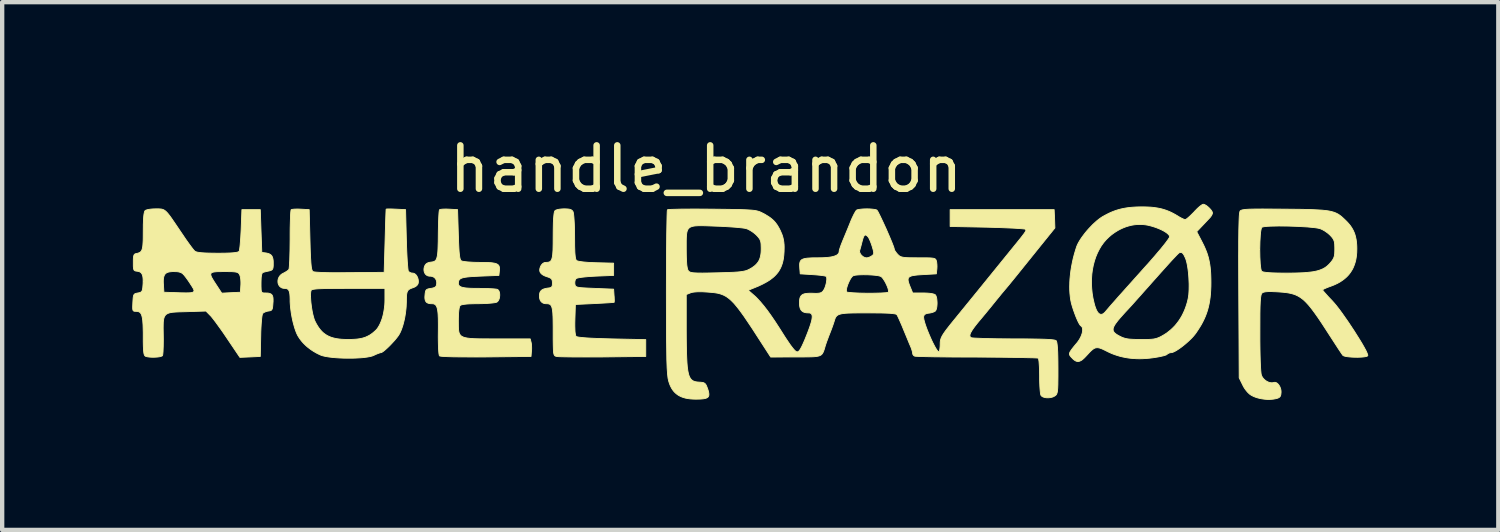
<source format=kicad_pcb>
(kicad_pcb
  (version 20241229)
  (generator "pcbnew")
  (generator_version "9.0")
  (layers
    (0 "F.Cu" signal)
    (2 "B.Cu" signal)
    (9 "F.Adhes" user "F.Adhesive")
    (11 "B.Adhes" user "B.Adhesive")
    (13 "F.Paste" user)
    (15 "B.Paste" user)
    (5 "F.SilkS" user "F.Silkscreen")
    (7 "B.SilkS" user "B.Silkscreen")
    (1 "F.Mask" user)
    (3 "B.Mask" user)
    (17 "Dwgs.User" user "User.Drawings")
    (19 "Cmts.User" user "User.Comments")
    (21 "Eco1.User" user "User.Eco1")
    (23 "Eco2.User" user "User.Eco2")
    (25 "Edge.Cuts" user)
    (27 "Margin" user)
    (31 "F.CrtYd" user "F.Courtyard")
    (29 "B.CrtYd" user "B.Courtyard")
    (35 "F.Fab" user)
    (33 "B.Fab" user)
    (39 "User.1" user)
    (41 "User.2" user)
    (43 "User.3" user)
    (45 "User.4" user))
  (footprint "handle_brandon"
    (layer "F.Cu")
    (at 13.294 3.428)
    (property "Reference" "handle_brandon" (at -0.06 -2.58 0) (unlocked yes) (layer "F.SilkS") (effects (font (size 1 1) (thickness 0.15))))
    (attr smd)
    (fp_poly (pts (xy -3.308 -1.661) (xy -3.287 -1.66) (xy -3.267 -1.659) (xy -3.249 -1.658) (xy -3.24 -1.657) (xy -3.232 -1.656) (xy -3.224 -1.655) (xy -3.217 -1.654) (xy -3.21 -1.652) (xy -3.203 -1.651) (xy -3.197 -1.649) (xy -3.191 -1.647) (xy -3.185 -1.645) (xy -3.18 -1.643) (xy -3.175 -1.641) (xy -3.17 -1.638) (xy -3.165 -1.636) (xy -3.161 -1.633) (xy -3.157 -1.63) (xy -3.153 -1.627) (xy -3.149 -1.623) (xy -3.145 -1.62) (xy -3.142 -1.616) (xy -3.139 -1.612) (xy -3.136 -1.608) (xy -3.133 -1.603) (xy -3.13 -1.599) (xy -3.127 -1.594) (xy -3.124 -1.584) (xy -3.121 -1.57) (xy -3.114 -1.527) (xy -3.108 -1.468) (xy -3.103 -1.396) (xy -3.098 -1.312) (xy -3.095 -1.219) (xy -3.093 -1.12) (xy -3.092 -1.015) (xy -3.091 -0.885) (xy -3.091 -0.827) (xy -3.09 -0.775) (xy -3.088 -0.727) (xy -3.087 -0.684) (xy -3.085 -0.645) (xy -3.082 -0.611) (xy -3.079 -0.581) (xy -3.076 -0.555) (xy -3.072 -0.532) (xy -3.068 -0.513) (xy -3.066 -0.505) (xy -3.063 -0.497) (xy -3.061 -0.491) (xy -3.058 -0.485) (xy -3.055 -0.48) (xy -3.052 -0.475) (xy -3.049 -0.472) (xy -3.046 -0.469) (xy -3.039 -0.465) (xy -3.029 -0.461) (xy -3.014 -0.457) (xy -2.997 -0.452) (xy -2.952 -0.445) (xy -2.896 -0.437) (xy -2.83 -0.431) (xy -2.757 -0.425) (xy -2.678 -0.422) (xy -2.594 -0.419) (xy -2.192 -0.409) (xy -2.192 -0.126) (xy -2.605 -0.109) (xy -2.691 -0.104) (xy -2.772 -0.099) (xy -2.846 -0.092) (xy -2.911 -0.085) (xy -2.94 -0.081) (xy -2.967 -0.077) (xy -2.99 -0.073) (xy -3.01 -0.069) (xy -3.027 -0.065) (xy -3.041 -0.06) (xy -3.051 -0.056) (xy -3.054 -0.054) (xy -3.057 -0.052) (xy -3.061 -0.047) (xy -3.065 -0.042) (xy -3.069 -0.036) (xy -3.072 -0.029) (xy -3.075 -0.022) (xy -3.078 -0.015) (xy -3.081 -0.007) (xy -3.083 0.001) (xy -3.084 0.01) (xy -3.085 0.018) (xy -3.086 0.027) (xy -3.087 0.036) (xy -3.087 0.045) (xy -3.087 0.054) (xy -3.086 0.062) (xy -3.085 0.071) (xy -3.083 0.085) (xy -3.08 0.098) (xy -3.076 0.109) (xy -3.07 0.119) (xy -3.062 0.127) (xy -3.051 0.134) (xy -3.036 0.141) (xy -3.016 0.146) (xy -2.992 0.151) (xy -2.962 0.155) (xy -2.927 0.158) (xy -2.884 0.161) (xy -2.776 0.167) (xy -2.633 0.173) (xy -2.192 0.191) (xy -2.182 0.339) (xy -2.179 0.37) (xy -2.178 0.399) (xy -2.177 0.426) (xy -2.176 0.438) (xy -2.176 0.449) (xy -2.176 0.459) (xy -2.177 0.468) (xy -2.177 0.475) (xy -2.178 0.482) (xy -2.178 0.487) (xy -2.179 0.491) (xy -2.18 0.493) (xy -2.18 0.494) (xy -2.181 0.494) (xy -2.182 0.494) (xy -2.193 0.496) (xy -2.221 0.499) (xy -2.319 0.506) (xy -2.461 0.514) (xy -2.633 0.523) (xy -3.074 0.544) (xy -3.085 0.893) (xy -3.086 0.933) (xy -3.087 0.972) (xy -3.087 1.008) (xy -3.087 1.043) (xy -3.086 1.075) (xy -3.085 1.105) (xy -3.084 1.134) (xy -3.083 1.16) (xy -3.081 1.184) (xy -3.078 1.205) (xy -3.075 1.224) (xy -3.072 1.241) (xy -3.069 1.255) (xy -3.065 1.266) (xy -3.063 1.271) (xy -3.061 1.275) (xy -3.059 1.278) (xy -3.057 1.281) (xy -3.049 1.286) (xy -3.034 1.29) (xy -2.987 1.299) (xy -2.916 1.307) (xy -2.821 1.315) (xy -2.705 1.322) (xy -2.568 1.328) (xy -2.235 1.338) (xy -1.451 1.355) (xy -1.451 1.743) (xy -2.439 1.754) (xy -2.829 1.755) (xy -3.16 1.754) (xy -3.292 1.752) (xy -3.397 1.75) (xy -3.469 1.747) (xy -3.492 1.745) (xy -3.505 1.743) (xy -3.531 1.736) (xy -3.542 1.731) (xy -3.551 1.723) (xy -3.559 1.712) (xy -3.566 1.698) (xy -3.571 1.679) (xy -3.576 1.654) (xy -3.579 1.624) (xy -3.581 1.586) (xy -3.584 1.486) (xy -3.586 1.349) (xy -3.586 1.168) (xy -3.586 1.065) (xy -3.587 0.973) (xy -3.588 0.892) (xy -3.59 0.821) (xy -3.592 0.789) (xy -3.593 0.76) (xy -3.595 0.733) (xy -3.598 0.708) (xy -3.6 0.685) (xy -3.604 0.664) (xy -3.607 0.645) (xy -3.611 0.628) (xy -3.615 0.612) (xy -3.62 0.598) (xy -3.625 0.586) (xy -3.631 0.575) (xy -3.637 0.565) (xy -3.644 0.557) (xy -3.651 0.55) (xy -3.659 0.544) (xy -3.667 0.539) (xy -3.676 0.535) (xy -3.686 0.532) (xy -3.696 0.53) (xy -3.707 0.528) (xy -3.719 0.527) (xy -3.731 0.526) (xy -3.744 0.526) (xy -3.754 0.526) (xy -3.763 0.525) (xy -3.772 0.524) (xy -3.781 0.523) (xy -3.789 0.521) (xy -3.797 0.519) (xy -3.805 0.517) (xy -3.812 0.514) (xy -3.82 0.511) (xy -3.827 0.507) (xy -3.833 0.503) (xy -3.84 0.499) (xy -3.846 0.494) (xy -3.852 0.489) (xy -3.857 0.484) (xy -3.862 0.479) (xy -3.867 0.473) (xy -3.872 0.466) (xy -3.876 0.46) (xy -3.88 0.453) (xy -3.884 0.446) (xy -3.887 0.438) (xy -3.89 0.43) (xy -3.893 0.422) (xy -3.895 0.414) (xy -3.897 0.405) (xy -3.899 0.396) (xy -3.901 0.386) (xy -3.903 0.367) (xy -3.903 0.346) (xy -3.903 0.326) (xy -3.901 0.307) (xy -3.899 0.298) (xy -3.897 0.289) (xy -3.895 0.281) (xy -3.893 0.273) (xy -3.89 0.265) (xy -3.887 0.258) (xy -3.883 0.251) (xy -3.879 0.244) (xy -3.875 0.238) (xy -3.87 0.232) (xy -3.865 0.226) (xy -3.859 0.221) (xy -3.853 0.215) (xy -3.847 0.21) (xy -3.84 0.206) (xy -3.833 0.201) (xy -3.825 0.197) (xy -3.817 0.193) (xy -3.808 0.189) (xy -3.799 0.186) (xy -3.779 0.18) (xy -3.758 0.175) (xy -3.735 0.17) (xy -3.709 0.166) (xy -3.693 0.164) (xy -3.678 0.162) (xy -3.665 0.16) (xy -3.654 0.157) (xy -3.649 0.155) (xy -3.644 0.153) (xy -3.64 0.151) (xy -3.635 0.149) (xy -3.632 0.147) (xy -3.628 0.144) (xy -3.625 0.142) (xy -3.622 0.139) (xy -3.619 0.135) (xy -3.617 0.132) (xy -3.615 0.128) (xy -3.613 0.124) (xy -3.611 0.12) (xy -3.609 0.115) (xy -3.608 0.111) (xy -3.607 0.105) (xy -3.606 0.1) (xy -3.605 0.094) (xy -3.604 0.081) (xy -3.604 0.066) (xy -3.603 0.05) (xy -3.604 0.034) (xy -3.604 0.02) (xy -3.606 0.007) (xy -3.608 -0.005) (xy -3.609 -0.011) (xy -3.611 -0.016) (xy -3.612 -0.021) (xy -3.614 -0.026) (xy -3.617 -0.031) (xy -3.619 -0.035) (xy -3.622 -0.039) (xy -3.625 -0.044) (xy -3.629 -0.047) (xy -3.633 -0.051) (xy -3.637 -0.055) (xy -3.641 -0.058) (xy -3.646 -0.062) (xy -3.651 -0.065) (xy -3.657 -0.068) (xy -3.663 -0.071) (xy -3.676 -0.077) (xy -3.691 -0.083) (xy -3.708 -0.089) (xy -3.727 -0.095) (xy -3.755 -0.105) (xy -3.781 -0.115) (xy -3.793 -0.121) (xy -3.804 -0.127) (xy -3.814 -0.132) (xy -3.824 -0.138) (xy -3.834 -0.144) (xy -3.842 -0.15) (xy -3.85 -0.157) (xy -3.857 -0.163) (xy -3.864 -0.17) (xy -3.87 -0.177) (xy -3.875 -0.184) (xy -3.88 -0.191) (xy -3.884 -0.198) (xy -3.888 -0.206) (xy -3.891 -0.214) (xy -3.893 -0.221) (xy -3.895 -0.23) (xy -3.896 -0.238) (xy -3.897 -0.247) (xy -3.896 -0.255) (xy -3.896 -0.264) (xy -3.895 -0.274) (xy -3.893 -0.283) (xy -3.89 -0.293) (xy -3.887 -0.303) (xy -3.884 -0.313) (xy -3.88 -0.324) (xy -3.875 -0.335) (xy -3.87 -0.346) (xy -3.864 -0.356) (xy -3.858 -0.365) (xy -3.851 -0.374) (xy -3.844 -0.382) (xy -3.837 -0.39) (xy -3.83 -0.397) (xy -3.822 -0.403) (xy -3.815 -0.408) (xy -3.806 -0.413) (xy -3.802 -0.415) (xy -3.798 -0.417) (xy -3.794 -0.419) (xy -3.789 -0.42) (xy -3.785 -0.422) (xy -3.78 -0.423) (xy -3.776 -0.424) (xy -3.771 -0.425) (xy -3.761 -0.426) (xy -3.752 -0.426) (xy -3.725 -0.427) (xy -3.701 -0.43) (xy -3.68 -0.435) (xy -3.662 -0.443) (xy -3.646 -0.456) (xy -3.632 -0.473) (xy -3.621 -0.495) (xy -3.612 -0.523) (xy -3.604 -0.558) (xy -3.598 -0.6) (xy -3.594 -0.65) (xy -3.59 -0.709) (xy -3.587 -0.855) (xy -3.586 -1.044) (xy -3.585 -1.173) (xy -3.583 -1.284) (xy -3.582 -1.334) (xy -3.58 -1.379) (xy -3.578 -1.421) (xy -3.575 -1.458) (xy -3.572 -1.492) (xy -3.569 -1.521) (xy -3.566 -1.547) (xy -3.562 -1.569) (xy -3.558 -1.587) (xy -3.553 -1.601) (xy -3.551 -1.607) (xy -3.548 -1.612) (xy -3.546 -1.616) (xy -3.543 -1.619) (xy -3.538 -1.623) (xy -3.531 -1.628) (xy -3.523 -1.632) (xy -3.513 -1.636) (xy -3.503 -1.639) (xy -3.491 -1.643) (xy -3.478 -1.646) (xy -3.464 -1.649) (xy -3.449 -1.652) (xy -3.434 -1.654) (xy -3.418 -1.656) (xy -3.401 -1.658) (xy -3.384 -1.659) (xy -3.367 -1.66) (xy -3.349 -1.661) (xy -3.332 -1.661)) (stroke (width 0.02) (type solid)) (fill yes) (layer "F.SilkS"))
    (fp_poly (pts (xy -7.335 -1.659) (xy -7.296 -1.658) (xy -7.254 -1.656) (xy -7.209 -1.654) (xy -6.99 -1.643) (xy -6.972 -0.955) (xy -6.968 -0.817) (xy -6.963 -0.685) (xy -6.957 -0.564) (xy -6.951 -0.457) (xy -6.944 -0.366) (xy -6.938 -0.295) (xy -6.932 -0.247) (xy -6.929 -0.233) (xy -6.926 -0.225) (xy -6.923 -0.221) (xy -6.919 -0.216) (xy -6.914 -0.212) (xy -6.909 -0.208) (xy -6.904 -0.204) (xy -6.898 -0.2) (xy -6.892 -0.196) (xy -6.885 -0.193) (xy -6.879 -0.19) (xy -6.872 -0.187) (xy -6.865 -0.185) (xy -6.859 -0.183) (xy -6.852 -0.181) (xy -6.845 -0.18) (xy -6.838 -0.18) (xy -6.831 -0.179) (xy -6.824 -0.179) (xy -6.816 -0.178) (xy -6.809 -0.176) (xy -6.802 -0.174) (xy -6.795 -0.172) (xy -6.788 -0.168) (xy -6.781 -0.164) (xy -6.774 -0.16) (xy -6.768 -0.155) (xy -6.761 -0.15) (xy -6.755 -0.144) (xy -6.749 -0.138) (xy -6.738 -0.124) (xy -6.729 -0.109) (xy -6.72 -0.093) (xy -6.712 -0.075) (xy -6.706 -0.057) (xy -6.701 -0.038) (xy -6.697 -0.018) (xy -6.696 0.002) (xy -6.695 0.022) (xy -6.696 0.033) (xy -6.697 0.043) (xy -6.699 0.052) (xy -6.701 0.061) (xy -6.705 0.07) (xy -6.709 0.078) (xy -6.714 0.086) (xy -6.719 0.094) (xy -6.726 0.101) (xy -6.733 0.109) (xy -6.741 0.116) (xy -6.749 0.122) (xy -6.758 0.129) (xy -6.768 0.135) (xy -6.779 0.14) (xy -6.79 0.146) (xy -6.801 0.151) (xy -6.814 0.156) (xy -6.839 0.164) (xy -6.862 0.173) (xy -6.882 0.181) (xy -6.899 0.191) (xy -6.907 0.196) (xy -6.915 0.201) (xy -6.921 0.207) (xy -6.927 0.213) (xy -6.933 0.22) (xy -6.938 0.227) (xy -6.943 0.234) (xy -6.947 0.243) (xy -6.951 0.251) (xy -6.955 0.261) (xy -6.96 0.282) (xy -6.965 0.307) (xy -6.968 0.335) (xy -6.97 0.367) (xy -6.971 0.403) (xy -6.972 0.491) (xy -6.974 0.539) (xy -6.976 0.588) (xy -6.98 0.638) (xy -6.986 0.688) (xy -6.992 0.739) (xy -7 0.789) (xy -7.008 0.838) (xy -7.018 0.887) (xy -7.029 0.935) (xy -7.041 0.981) (xy -7.053 1.026) (xy -7.067 1.068) (xy -7.081 1.109) (xy -7.096 1.147) (xy -7.111 1.182) (xy -7.128 1.214) (xy -7.142 1.24) (xy -7.162 1.27) (xy -7.186 1.302) (xy -7.214 1.337) (xy -7.244 1.373) (xy -7.277 1.409) (xy -7.311 1.446) (xy -7.345 1.482) (xy -7.38 1.517) (xy -7.414 1.549) (xy -7.446 1.578) (xy -7.476 1.604) (xy -7.503 1.625) (xy -7.526 1.641) (xy -7.536 1.647) (xy -7.545 1.652) (xy -7.552 1.654) (xy -7.558 1.655) (xy -7.563 1.655) (xy -7.568 1.656) (xy -7.575 1.658) (xy -7.582 1.66) (xy -7.6 1.666) (xy -7.62 1.673) (xy -7.643 1.682) (xy -7.667 1.692) (xy -7.692 1.703) (xy -7.717 1.715) (xy -7.758 1.732) (xy -7.813 1.746) (xy -7.88 1.758) (xy -7.956 1.768) (xy -8.04 1.775) (xy -8.129 1.78) (xy -8.223 1.783) (xy -8.319 1.783) (xy -8.416 1.782) (xy -8.511 1.778) (xy -8.602 1.772) (xy -8.689 1.764) (xy -8.769 1.754) (xy -8.84 1.742) (xy -8.9 1.728) (xy -8.948 1.712) (xy -8.995 1.69) (xy -9.041 1.667) (xy -9.085 1.642) (xy -9.128 1.616) (xy -9.17 1.588) (xy -9.209 1.559) (xy -9.248 1.529) (xy -9.284 1.498) (xy -9.318 1.465) (xy -9.351 1.432) (xy -9.381 1.398) (xy -9.409 1.363) (xy -9.435 1.327) (xy -9.459 1.291) (xy -9.48 1.255) (xy -9.498 1.218) (xy -9.514 1.18) (xy -9.529 1.139) (xy -9.544 1.095) (xy -9.558 1.049) (xy -9.585 0.95) (xy -9.608 0.845) (xy -9.627 0.738) (xy -9.641 0.631) (xy -9.646 0.579) (xy -9.65 0.528) (xy -9.653 0.478) (xy -9.653 0.431) (xy -9.654 0.395) (xy -9.655 0.363) (xy -9.657 0.334) (xy -9.658 0.32) (xy -9.659 0.314) (xy -9.182 0.314) (xy -9.182 0.357) (xy -9.18 0.404) (xy -9.177 0.455) (xy -9.172 0.508) (xy -9.165 0.563) (xy -9.158 0.618) (xy -9.149 0.672) (xy -9.139 0.726) (xy -9.128 0.776) (xy -9.116 0.823) (xy -9.104 0.865) (xy -9.092 0.902) (xy -9.078 0.932) (xy -9.049 0.989) (xy -9.018 1.041) (xy -8.986 1.089) (xy -8.953 1.131) (xy -8.917 1.17) (xy -8.88 1.204) (xy -8.839 1.234) (xy -8.796 1.261) (xy -8.75 1.283) (xy -8.7 1.303) (xy -8.647 1.318) (xy -8.589 1.331) (xy -8.527 1.34) (xy -8.461 1.347) (xy -8.39 1.35) (xy -8.313 1.352) (xy -8.256 1.351) (xy -8.203 1.349) (xy -8.153 1.346) (xy -8.107 1.342) (xy -8.063 1.336) (xy -8.022 1.329) (xy -7.983 1.32) (xy -7.946 1.309) (xy -7.911 1.297) (xy -7.878 1.282) (xy -7.845 1.266) (xy -7.813 1.248) (xy -7.782 1.227) (xy -7.751 1.204) (xy -7.72 1.178) (xy -7.689 1.151) (xy -7.664 1.127) (xy -7.641 1.099) (xy -7.62 1.067) (xy -7.599 1.032) (xy -7.579 0.993) (xy -7.561 0.952) (xy -7.544 0.908) (xy -7.528 0.862) (xy -7.514 0.813) (xy -7.502 0.763) (xy -7.492 0.711) (xy -7.483 0.658) (xy -7.476 0.604) (xy -7.47 0.549) (xy -7.467 0.494) (xy -7.466 0.438) (xy -7.466 0.173) (xy -8.309 0.173) (xy -8.547 0.174) (xy -8.648 0.174) (xy -8.738 0.175) (xy -8.817 0.176) (xy -8.887 0.178) (xy -8.946 0.18) (xy -8.998 0.182) (xy -9.041 0.185) (xy -9.077 0.189) (xy -9.092 0.191) (xy -9.106 0.193) (xy -9.118 0.195) (xy -9.128 0.197) (xy -9.138 0.2) (xy -9.146 0.203) (xy -9.152 0.205) (xy -9.158 0.209) (xy -9.162 0.212) (xy -9.166 0.215) (xy -9.168 0.219) (xy -9.17 0.223) (xy -9.176 0.246) (xy -9.18 0.277) (xy -9.182 0.314) (xy -9.659 0.314) (xy -9.659 0.307) (xy -9.661 0.295) (xy -9.663 0.284) (xy -9.665 0.273) (xy -9.667 0.263) (xy -9.67 0.253) (xy -9.673 0.244) (xy -9.676 0.236) (xy -9.679 0.228) (xy -9.683 0.221) (xy -9.687 0.214) (xy -9.691 0.208) (xy -9.696 0.203) (xy -9.701 0.198) (xy -9.706 0.193) (xy -9.712 0.189) (xy -9.717 0.186) (xy -9.724 0.183) (xy -9.73 0.18) (xy -9.737 0.178) (xy -9.744 0.176) (xy -9.752 0.175) (xy -9.76 0.174) (xy -9.768 0.174) (xy -9.777 0.173) (xy -9.794 0.173) (xy -9.811 0.17) (xy -9.826 0.167) (xy -9.841 0.162) (xy -9.854 0.156) (xy -9.866 0.148) (xy -9.878 0.14) (xy -9.888 0.131) (xy -9.897 0.121) (xy -9.906 0.109) (xy -9.913 0.098) (xy -9.919 0.085) (xy -9.924 0.072) (xy -9.929 0.059) (xy -9.932 0.045) (xy -9.933 0.031) (xy -9.934 0.016) (xy -9.934 0.001) (xy -9.933 -0.013) (xy -9.93 -0.028) (xy -9.927 -0.043) (xy -9.922 -0.057) (xy -9.916 -0.072) (xy -9.909 -0.086) (xy -9.901 -0.099) (xy -9.892 -0.112) (xy -9.882 -0.125) (xy -9.87 -0.137) (xy -9.857 -0.148) (xy -9.844 -0.158) (xy -9.828 -0.167) (xy -9.812 -0.176) (xy -9.801 -0.181) (xy -9.79 -0.187) (xy -9.779 -0.193) (xy -9.769 -0.199) (xy -9.758 -0.205) (xy -9.748 -0.211) (xy -9.739 -0.217) (xy -9.73 -0.223) (xy -9.721 -0.228) (xy -9.713 -0.234) (xy -9.706 -0.24) (xy -9.7 -0.245) (xy -9.694 -0.25) (xy -9.689 -0.255) (xy -9.685 -0.26) (xy -9.682 -0.264) (xy -9.679 -0.271) (xy -9.676 -0.285) (xy -9.671 -0.331) (xy -9.667 -0.398) (xy -9.662 -0.485) (xy -9.656 -0.702) (xy -9.653 -0.959) (xy -9.653 -1.091) (xy -9.652 -1.215) (xy -9.649 -1.329) (xy -9.646 -1.429) (xy -9.643 -1.513) (xy -9.639 -1.578) (xy -9.636 -1.603) (xy -9.634 -1.621) (xy -9.631 -1.634) (xy -9.63 -1.638) (xy -9.629 -1.64) (xy -9.625 -1.642) (xy -9.62 -1.645) (xy -9.612 -1.647) (xy -9.603 -1.649) (xy -9.593 -1.651) (xy -9.581 -1.652) (xy -9.553 -1.655) (xy -9.521 -1.656) (xy -9.485 -1.657) (xy -9.447 -1.656) (xy -9.407 -1.654) (xy -9.213 -1.643) (xy -9.195 -0.945) (xy -9.19 -0.751) (xy -9.187 -0.669) (xy -9.184 -0.595) (xy -9.181 -0.529) (xy -9.177 -0.471) (xy -9.174 -0.42) (xy -9.17 -0.376) (xy -9.166 -0.338) (xy -9.162 -0.307) (xy -9.159 -0.293) (xy -9.157 -0.281) (xy -9.154 -0.269) (xy -9.151 -0.259) (xy -9.148 -0.25) (xy -9.145 -0.243) (xy -9.142 -0.236) (xy -9.139 -0.23) (xy -9.135 -0.225) (xy -9.132 -0.221) (xy -9.128 -0.217) (xy -9.124 -0.215) (xy -9.115 -0.211) (xy -9.098 -0.207) (xy -9.044 -0.201) (xy -8.964 -0.196) (xy -8.862 -0.192) (xy -8.74 -0.189) (xy -8.6 -0.188) (xy -8.278 -0.19) (xy -7.484 -0.197) (xy -7.463 -0.92) (xy -7.455 -1.202) (xy -7.448 -1.434) (xy -7.442 -1.592) (xy -7.44 -1.637) (xy -7.438 -1.654) (xy -7.436 -1.655) (xy -7.432 -1.656) (xy -7.418 -1.658) (xy -7.396 -1.659) (xy -7.368 -1.659)) (stroke (width 0.02) (type solid)) (fill yes) (layer "F.SilkS"))
    (fp_poly (pts (xy 13.291 -1.654) (xy 13.485 -1.652) (xy 13.656 -1.65) (xy 13.807 -1.647) (xy 13.938 -1.643) (xy 14.052 -1.637) (xy 14.103 -1.634) (xy 14.151 -1.631) (xy 14.195 -1.626) (xy 14.236 -1.622) (xy 14.274 -1.617) (xy 14.309 -1.611) (xy 14.342 -1.604) (xy 14.372 -1.597) (xy 14.4 -1.589) (xy 14.427 -1.581) (xy 14.452 -1.571) (xy 14.475 -1.561) (xy 14.497 -1.55) (xy 14.519 -1.538) (xy 14.539 -1.525) (xy 14.559 -1.511) (xy 14.579 -1.496) (xy 14.599 -1.48) (xy 14.618 -1.462) (xy 14.639 -1.444) (xy 14.681 -1.404) (xy 14.717 -1.369) (xy 14.749 -1.334) (xy 14.779 -1.299) (xy 14.806 -1.264) (xy 14.83 -1.228) (xy 14.852 -1.191) (xy 14.871 -1.154) (xy 14.888 -1.116) (xy 14.903 -1.076) (xy 14.915 -1.034) (xy 14.925 -0.991) (xy 14.934 -0.946) (xy 14.94 -0.898) (xy 14.945 -0.848) (xy 14.948 -0.796) (xy 14.949 -0.74) (xy 14.947 -0.658) (xy 14.944 -0.619) (xy 14.94 -0.581) (xy 14.935 -0.543) (xy 14.929 -0.507) (xy 14.922 -0.471) (xy 14.913 -0.437) (xy 14.903 -0.404) (xy 14.892 -0.371) (xy 14.88 -0.34) (xy 14.867 -0.309) (xy 14.853 -0.279) (xy 14.837 -0.251) (xy 14.82 -0.223) (xy 14.802 -0.196) (xy 14.783 -0.17) (xy 14.763 -0.144) (xy 14.741 -0.12) (xy 14.718 -0.096) (xy 14.694 -0.074) (xy 14.669 -0.052) (xy 14.642 -0.031) (xy 14.614 -0.011) (xy 14.585 0.009) (xy 14.555 0.028) (xy 14.523 0.046) (xy 14.49 0.063) (xy 14.421 0.095) (xy 14.346 0.124) (xy 14.327 0.131) (xy 14.309 0.137) (xy 14.291 0.144) (xy 14.274 0.151) (xy 14.257 0.157) (xy 14.242 0.164) (xy 14.227 0.17) (xy 14.214 0.176) (xy 14.202 0.181) (xy 14.191 0.187) (xy 14.182 0.191) (xy 14.174 0.196) (xy 14.168 0.2) (xy 14.163 0.203) (xy 14.161 0.205) (xy 14.16 0.206) (xy 14.159 0.208) (xy 14.159 0.209) (xy 14.16 0.212) (xy 14.164 0.217) (xy 14.176 0.234) (xy 14.197 0.259) (xy 14.224 0.29) (xy 14.257 0.327) (xy 14.294 0.368) (xy 14.336 0.412) (xy 14.381 0.459) (xy 14.429 0.513) (xy 14.485 0.581) (xy 14.547 0.661) (xy 14.613 0.751) (xy 14.753 0.951) (xy 14.892 1.161) (xy 15.019 1.363) (xy 15.074 1.454) (xy 15.121 1.537) (xy 15.159 1.607) (xy 15.185 1.664) (xy 15.199 1.704) (xy 15.201 1.717) (xy 15.2 1.726) (xy 15.195 1.73) (xy 15.189 1.735) (xy 15.179 1.739) (xy 15.168 1.743) (xy 15.139 1.749) (xy 15.103 1.754) (xy 15.062 1.758) (xy 15.016 1.76) (xy 14.967 1.762) (xy 14.918 1.761) (xy 14.867 1.76) (xy 14.818 1.757) (xy 14.772 1.753) (xy 14.729 1.748) (xy 14.692 1.742) (xy 14.661 1.734) (xy 14.638 1.725) (xy 14.63 1.72) (xy 14.625 1.715) (xy 14.612 1.697) (xy 14.589 1.664) (xy 14.519 1.559) (xy 14.318 1.249) (xy 14.217 1.093) (xy 14.127 0.955) (xy 14.044 0.833) (xy 13.969 0.727) (xy 13.9 0.635) (xy 13.867 0.594) (xy 13.835 0.556) (xy 13.804 0.522) (xy 13.774 0.49) (xy 13.744 0.461) (xy 13.715 0.434) (xy 13.685 0.411) (xy 13.656 0.389) (xy 13.626 0.37) (xy 13.596 0.352) (xy 13.566 0.337) (xy 13.535 0.323) (xy 13.503 0.311) (xy 13.47 0.301) (xy 13.437 0.292) (xy 13.401 0.284) (xy 13.365 0.277) (xy 13.326 0.271) (xy 13.244 0.262) (xy 13.154 0.255) (xy 13.069 0.25) (xy 13.031 0.249) (xy 12.996 0.247) (xy 12.964 0.247) (xy 12.935 0.247) (xy 12.908 0.247) (xy 12.884 0.248) (xy 12.862 0.25) (xy 12.843 0.252) (xy 12.825 0.255) (xy 12.81 0.259) (xy 12.803 0.261) (xy 12.796 0.263) (xy 12.79 0.265) (xy 12.784 0.267) (xy 12.779 0.27) (xy 12.774 0.273) (xy 12.77 0.276) (xy 12.766 0.279) (xy 12.757 0.288) (xy 12.75 0.299) (xy 12.744 0.315) (xy 12.738 0.335) (xy 12.729 0.391) (xy 12.722 0.475) (xy 12.717 0.591) (xy 12.714 0.746) (xy 12.713 1.196) (xy 12.713 1.385) (xy 12.715 1.559) (xy 12.718 1.717) (xy 12.722 1.856) (xy 12.727 1.973) (xy 12.733 2.067) (xy 12.74 2.135) (xy 12.744 2.158) (xy 12.748 2.174) (xy 12.752 2.184) (xy 12.757 2.195) (xy 12.762 2.205) (xy 12.768 2.216) (xy 12.774 2.226) (xy 12.781 2.235) (xy 12.788 2.245) (xy 12.796 2.254) (xy 12.812 2.271) (xy 12.83 2.287) (xy 12.849 2.301) (xy 12.868 2.314) (xy 12.889 2.325) (xy 12.909 2.334) (xy 12.92 2.338) (xy 12.931 2.341) (xy 12.941 2.344) (xy 12.952 2.346) (xy 12.962 2.348) (xy 12.973 2.349) (xy 12.983 2.35) (xy 12.994 2.35) (xy 13.004 2.349) (xy 13.014 2.348) (xy 13.024 2.346) (xy 13.034 2.343) (xy 13.042 2.341) (xy 13.05 2.34) (xy 13.058 2.34) (xy 13.066 2.34) (xy 13.074 2.342) (xy 13.082 2.344) (xy 13.09 2.348) (xy 13.098 2.352) (xy 13.106 2.357) (xy 13.113 2.362) (xy 13.121 2.369) (xy 13.128 2.375) (xy 13.142 2.391) (xy 13.155 2.409) (xy 13.167 2.428) (xy 13.177 2.449) (xy 13.186 2.472) (xy 13.193 2.495) (xy 13.198 2.519) (xy 13.2 2.532) (xy 13.201 2.544) (xy 13.201 2.556) (xy 13.201 2.569) (xy 13.201 2.581) (xy 13.199 2.593) (xy 13.198 2.608) (xy 13.196 2.621) (xy 13.193 2.634) (xy 13.19 2.645) (xy 13.188 2.65) (xy 13.186 2.655) (xy 13.184 2.659) (xy 13.181 2.664) (xy 13.178 2.668) (xy 13.175 2.672) (xy 13.172 2.676) (xy 13.168 2.679) (xy 13.164 2.683) (xy 13.16 2.686) (xy 13.156 2.689) (xy 13.151 2.692) (xy 13.146 2.695) (xy 13.14 2.698) (xy 13.129 2.703) (xy 13.115 2.708) (xy 13.1 2.712) (xy 13.084 2.716) (xy 13.065 2.72) (xy 13.033 2.726) (xy 12.999 2.73) (xy 12.963 2.733) (xy 12.927 2.734) (xy 12.89 2.734) (xy 12.852 2.732) (xy 12.814 2.728) (xy 12.777 2.723) (xy 12.739 2.717) (xy 12.703 2.709) (xy 12.667 2.7) (xy 12.632 2.69) (xy 12.599 2.678) (xy 12.568 2.665) (xy 12.539 2.651) (xy 12.512 2.636) (xy 12.499 2.628) (xy 12.487 2.62) (xy 12.474 2.609) (xy 12.461 2.598) (xy 12.448 2.585) (xy 12.434 2.572) (xy 12.421 2.557) (xy 12.408 2.542) (xy 12.395 2.526) (xy 12.382 2.509) (xy 12.37 2.492) (xy 12.358 2.475) (xy 12.347 2.457) (xy 12.336 2.439) (xy 12.327 2.421) (xy 12.318 2.403) (xy 12.236 2.237) (xy 12.226 0.339) (xy 12.224 -0.164) (xy 12.223 -0.579) (xy 12.224 -0.727) (xy 12.71 -0.727) (xy 12.713 -0.552) (xy 12.721 -0.396) (xy 12.728 -0.332) (xy 12.735 -0.28) (xy 12.744 -0.242) (xy 12.75 -0.23) (xy 12.755 -0.222) (xy 12.762 -0.217) (xy 12.773 -0.212) (xy 12.787 -0.207) (xy 12.805 -0.203) (xy 12.853 -0.196) (xy 12.915 -0.19) (xy 12.994 -0.185) (xy 13.089 -0.182) (xy 13.201 -0.18) (xy 13.33 -0.179) (xy 13.445 -0.18) (xy 13.551 -0.182) (xy 13.647 -0.185) (xy 13.735 -0.189) (xy 13.814 -0.196) (xy 13.886 -0.204) (xy 13.92 -0.208) (xy 13.952 -0.213) (xy 13.982 -0.219) (xy 14.011 -0.225) (xy 14.038 -0.232) (xy 14.064 -0.239) (xy 14.089 -0.247) (xy 14.113 -0.256) (xy 14.135 -0.265) (xy 14.157 -0.274) (xy 14.177 -0.284) (xy 14.197 -0.295) (xy 14.216 -0.307) (xy 14.234 -0.319) (xy 14.252 -0.332) (xy 14.269 -0.346) (xy 14.285 -0.361) (xy 14.301 -0.376) (xy 14.317 -0.392) (xy 14.332 -0.409) (xy 14.349 -0.428) (xy 14.364 -0.447) (xy 14.377 -0.464) (xy 14.389 -0.481) (xy 14.399 -0.498) (xy 14.408 -0.514) (xy 14.416 -0.531) (xy 14.422 -0.548) (xy 14.428 -0.565) (xy 14.432 -0.584) (xy 14.435 -0.605) (xy 14.438 -0.626) (xy 14.439 -0.65) (xy 14.44 -0.676) (xy 14.441 -0.705) (xy 14.441 -0.737) (xy 14.441 -0.769) (xy 14.44 -0.799) (xy 14.439 -0.826) (xy 14.438 -0.85) (xy 14.435 -0.872) (xy 14.434 -0.882) (xy 14.432 -0.892) (xy 14.43 -0.901) (xy 14.428 -0.91) (xy 14.425 -0.919) (xy 14.422 -0.927) (xy 14.419 -0.935) (xy 14.416 -0.943) (xy 14.412 -0.951) (xy 14.408 -0.959) (xy 14.404 -0.966) (xy 14.399 -0.974) (xy 14.394 -0.981) (xy 14.389 -0.989) (xy 14.377 -1.004) (xy 14.364 -1.02) (xy 14.349 -1.036) (xy 14.332 -1.054) (xy 14.32 -1.066) (xy 14.307 -1.077) (xy 14.294 -1.089) (xy 14.28 -1.1) (xy 14.265 -1.112) (xy 14.249 -1.123) (xy 14.234 -1.134) (xy 14.218 -1.145) (xy 14.202 -1.155) (xy 14.186 -1.164) (xy 14.17 -1.173) (xy 14.154 -1.182) (xy 14.138 -1.189) (xy 14.123 -1.196) (xy 14.109 -1.201) (xy 14.096 -1.206) (xy 14.047 -1.217) (xy 13.982 -1.227) (xy 13.808 -1.244) (xy 13.597 -1.256) (xy 13.37 -1.264) (xy 13.151 -1.266) (xy 12.961 -1.262) (xy 12.884 -1.258) (xy 12.823 -1.252) (xy 12.78 -1.244) (xy 12.766 -1.239) (xy 12.758 -1.234) (xy 12.753 -1.226) (xy 12.747 -1.213) (xy 12.738 -1.175) (xy 12.729 -1.122) (xy 12.723 -1.058) (xy 12.714 -0.902) (xy 12.71 -0.727) (xy 12.224 -0.727) (xy 12.224 -0.913) (xy 12.227 -1.172) (xy 12.232 -1.364) (xy 12.235 -1.438) (xy 12.238 -1.497) (xy 12.242 -1.543) (xy 12.247 -1.577) (xy 12.252 -1.599) (xy 12.255 -1.607) (xy 12.258 -1.612) (xy 12.266 -1.62) (xy 12.279 -1.627) (xy 12.295 -1.633) (xy 12.317 -1.639) (xy 12.379 -1.648) (xy 12.473 -1.654) (xy 12.604 -1.657) (xy 12.779 -1.658)) (stroke (width 0.02) (type solid)) (fill yes) (layer "F.SilkS"))
    (fp_poly (pts (xy -6.025 -1.656) (xy -5.985 -1.654) (xy -5.791 -1.643) (xy -5.773 -1.068) (xy -5.77 -0.986) (xy -5.768 -0.912) (xy -5.765 -0.844) (xy -5.762 -0.784) (xy -5.759 -0.729) (xy -5.756 -0.681) (xy -5.752 -0.639) (xy -5.748 -0.602) (xy -5.744 -0.571) (xy -5.74 -0.544) (xy -5.737 -0.532) (xy -5.735 -0.521) (xy -5.732 -0.511) (xy -5.729 -0.502) (xy -5.726 -0.494) (xy -5.723 -0.487) (xy -5.72 -0.481) (xy -5.717 -0.476) (xy -5.714 -0.471) (xy -5.71 -0.467) (xy -5.706 -0.464) (xy -5.702 -0.462) (xy -5.695 -0.458) (xy -5.684 -0.455) (xy -5.653 -0.449) (xy -5.609 -0.443) (xy -5.555 -0.437) (xy -5.493 -0.433) (xy -5.425 -0.429) (xy -5.351 -0.427) (xy -5.276 -0.426) (xy -5.202 -0.426) (xy -5.137 -0.425) (xy -5.079 -0.423) (xy -5.053 -0.421) (xy -5.028 -0.42) (xy -5.006 -0.418) (xy -4.984 -0.415) (xy -4.965 -0.412) (xy -4.947 -0.409) (xy -4.93 -0.406) (xy -4.915 -0.401) (xy -4.901 -0.397) (xy -4.889 -0.392) (xy -4.878 -0.386) (xy -4.868 -0.38) (xy -4.859 -0.374) (xy -4.851 -0.366) (xy -4.844 -0.359) (xy -4.839 -0.35) (xy -4.834 -0.341) (xy -4.831 -0.331) (xy -4.828 -0.321) (xy -4.826 -0.309) (xy -4.824 -0.297) (xy -4.824 -0.285) (xy -4.824 -0.271) (xy -4.824 -0.257) (xy -4.826 -0.241) (xy -4.827 -0.225) (xy -4.838 -0.126) (xy -5.272 -0.109) (xy -5.348 -0.105) (xy -5.417 -0.102) (xy -5.478 -0.098) (xy -5.505 -0.096) (xy -5.531 -0.093) (xy -5.556 -0.091) (xy -5.578 -0.088) (xy -5.599 -0.085) (xy -5.619 -0.082) (xy -5.637 -0.079) (xy -5.653 -0.075) (xy -5.669 -0.072) (xy -5.683 -0.067) (xy -5.695 -0.063) (xy -5.707 -0.058) (xy -5.717 -0.053) (xy -5.726 -0.047) (xy -5.735 -0.042) (xy -5.742 -0.035) (xy -5.748 -0.029) (xy -5.754 -0.021) (xy -5.758 -0.014) (xy -5.762 -0.006) (xy -5.765 0.003) (xy -5.768 0.012) (xy -5.77 0.021) (xy -5.771 0.031) (xy -5.772 0.042) (xy -5.773 0.053) (xy -5.772 0.071) (xy -5.768 0.086) (xy -5.762 0.1) (xy -5.752 0.112) (xy -5.74 0.123) (xy -5.723 0.133) (xy -5.703 0.142) (xy -5.679 0.149) (xy -5.651 0.155) (xy -5.618 0.161) (xy -5.581 0.165) (xy -5.538 0.168) (xy -5.49 0.171) (xy -5.436 0.172) (xy -5.311 0.173) (xy -5.234 0.174) (xy -5.16 0.175) (xy -5.09 0.177) (xy -5.028 0.18) (xy -4.973 0.183) (xy -4.929 0.187) (xy -4.896 0.191) (xy -4.885 0.193) (xy -4.877 0.195) (xy -4.869 0.198) (xy -4.862 0.203) (xy -4.856 0.208) (xy -4.85 0.215) (xy -4.844 0.222) (xy -4.839 0.23) (xy -4.835 0.238) (xy -4.831 0.248) (xy -4.828 0.258) (xy -4.825 0.268) (xy -4.822 0.279) (xy -4.821 0.29) (xy -4.819 0.313) (xy -4.819 0.337) (xy -4.821 0.362) (xy -4.825 0.385) (xy -4.827 0.397) (xy -4.83 0.408) (xy -4.834 0.419) (xy -4.838 0.43) (xy -4.843 0.44) (xy -4.848 0.449) (xy -4.853 0.458) (xy -4.859 0.466) (xy -4.866 0.474) (xy -4.872 0.48) (xy -4.88 0.486) (xy -4.887 0.491) (xy -4.897 0.494) (xy -4.909 0.497) (xy -4.943 0.504) (xy -4.989 0.51) (xy -5.044 0.515) (xy -5.106 0.52) (xy -5.174 0.523) (xy -5.247 0.525) (xy -5.321 0.526) (xy -5.365 0.526) (xy -5.407 0.527) (xy -5.446 0.528) (xy -5.483 0.529) (xy -5.517 0.53) (xy -5.549 0.532) (xy -5.578 0.534) (xy -5.605 0.537) (xy -5.63 0.54) (xy -5.652 0.543) (xy -5.671 0.546) (xy -5.688 0.55) (xy -5.703 0.554) (xy -5.715 0.559) (xy -5.72 0.561) (xy -5.724 0.563) (xy -5.728 0.566) (xy -5.731 0.569) (xy -5.736 0.575) (xy -5.741 0.584) (xy -5.745 0.595) (xy -5.749 0.608) (xy -5.753 0.624) (xy -5.756 0.641) (xy -5.762 0.682) (xy -5.767 0.731) (xy -5.77 0.787) (xy -5.772 0.849) (xy -5.773 0.918) (xy -5.772 1.06) (xy -5.77 1.118) (xy -5.763 1.166) (xy -5.758 1.188) (xy -5.752 1.207) (xy -5.743 1.225) (xy -5.733 1.241) (xy -5.721 1.256) (xy -5.707 1.269) (xy -5.691 1.28) (xy -5.671 1.29) (xy -5.65 1.299) (xy -5.625 1.307) (xy -5.566 1.319) (xy -5.492 1.328) (xy -5.404 1.333) (xy -5.298 1.336) (xy -5.175 1.337) (xy -4.866 1.338) (xy -4.115 1.338) (xy -4.094 1.422) (xy -4.092 1.431) (xy -4.09 1.441) (xy -4.087 1.464) (xy -4.085 1.488) (xy -4.084 1.515) (xy -4.083 1.542) (xy -4.083 1.57) (xy -4.084 1.597) (xy -4.087 1.623) (xy -4.097 1.743) (xy -5.134 1.754) (xy -5.362 1.755) (xy -5.567 1.754) (xy -5.747 1.753) (xy -5.901 1.751) (xy -6.026 1.747) (xy -6.12 1.742) (xy -6.154 1.74) (xy -6.181 1.736) (xy -6.198 1.733) (xy -6.204 1.731) (xy -6.207 1.729) (xy -6.211 1.723) (xy -6.214 1.712) (xy -6.221 1.676) (xy -6.226 1.624) (xy -6.23 1.558) (xy -6.233 1.478) (xy -6.235 1.388) (xy -6.236 1.289) (xy -6.235 1.182) (xy -6.234 1.085) (xy -6.234 0.997) (xy -6.235 0.919) (xy -6.235 0.883) (xy -6.236 0.849) (xy -6.238 0.817) (xy -6.239 0.788) (xy -6.241 0.76) (xy -6.243 0.734) (xy -6.246 0.711) (xy -6.249 0.688) (xy -6.252 0.668) (xy -6.256 0.649) (xy -6.26 0.632) (xy -6.265 0.616) (xy -6.27 0.602) (xy -6.276 0.59) (xy -6.282 0.578) (xy -6.288 0.568) (xy -6.295 0.559) (xy -6.303 0.552) (xy -6.311 0.545) (xy -6.319 0.54) (xy -6.328 0.535) (xy -6.338 0.532) (xy -6.348 0.529) (xy -6.359 0.528) (xy -6.371 0.527) (xy -6.383 0.526) (xy -6.407 0.526) (xy -6.428 0.524) (xy -6.438 0.522) (xy -6.448 0.521) (xy -6.457 0.519) (xy -6.465 0.516) (xy -6.473 0.513) (xy -6.481 0.51) (xy -6.488 0.507) (xy -6.495 0.503) (xy -6.501 0.498) (xy -6.507 0.494) (xy -6.512 0.489) (xy -6.517 0.483) (xy -6.521 0.477) (xy -6.525 0.471) (xy -6.529 0.464) (xy -6.532 0.456) (xy -6.535 0.448) (xy -6.538 0.44) (xy -6.54 0.431) (xy -6.541 0.422) (xy -6.543 0.412) (xy -6.544 0.402) (xy -6.545 0.38) (xy -6.544 0.355) (xy -6.542 0.329) (xy -6.54 0.306) (xy -6.538 0.286) (xy -6.535 0.269) (xy -6.532 0.253) (xy -6.531 0.246) (xy -6.529 0.24) (xy -6.527 0.234) (xy -6.525 0.228) (xy -6.522 0.223) (xy -6.52 0.218) (xy -6.517 0.214) (xy -6.513 0.21) (xy -6.51 0.206) (xy -6.506 0.203) (xy -6.502 0.2) (xy -6.497 0.197) (xy -6.492 0.194) (xy -6.487 0.192) (xy -6.481 0.189) (xy -6.475 0.187) (xy -6.461 0.183) (xy -6.446 0.18) (xy -6.428 0.177) (xy -6.408 0.173) (xy -6.391 0.171) (xy -6.375 0.168) (xy -6.361 0.164) (xy -6.348 0.161) (xy -6.342 0.159) (xy -6.336 0.157) (xy -6.331 0.155) (xy -6.326 0.153) (xy -6.321 0.15) (xy -6.316 0.148) (xy -6.312 0.145) (xy -6.308 0.143) (xy -6.304 0.14) (xy -6.301 0.137) (xy -6.297 0.133) (xy -6.294 0.13) (xy -6.291 0.127) (xy -6.289 0.123) (xy -6.287 0.119) (xy -6.284 0.115) (xy -6.282 0.111) (xy -6.281 0.106) (xy -6.279 0.101) (xy -6.278 0.097) (xy -6.277 0.091) (xy -6.275 0.086) (xy -6.275 0.08) (xy -6.274 0.075) (xy -6.273 0.065) (xy -6.272 0.055) (xy -6.272 0.046) (xy -6.272 0.036) (xy -6.273 0.027) (xy -6.274 0.018) (xy -6.275 0.01) (xy -6.277 0.001) (xy -6.28 -0.007) (xy -6.282 -0.015) (xy -6.285 -0.022) (xy -6.289 -0.03) (xy -6.293 -0.037) (xy -6.297 -0.044) (xy -6.302 -0.051) (xy -6.306 -0.057) (xy -6.312 -0.063) (xy -6.317 -0.068) (xy -6.323 -0.074) (xy -6.33 -0.079) (xy -6.336 -0.083) (xy -6.343 -0.088) (xy -6.351 -0.091) (xy -6.358 -0.095) (xy -6.366 -0.098) (xy -6.374 -0.101) (xy -6.383 -0.103) (xy -6.391 -0.105) (xy -6.4 -0.107) (xy -6.41 -0.108) (xy -6.419 -0.109) (xy -6.429 -0.109) (xy -6.439 -0.109) (xy -6.448 -0.11) (xy -6.458 -0.112) (xy -6.467 -0.114) (xy -6.475 -0.116) (xy -6.483 -0.12) (xy -6.491 -0.123) (xy -6.499 -0.128) (xy -6.506 -0.132) (xy -6.513 -0.138) (xy -6.52 -0.143) (xy -6.526 -0.15) (xy -6.532 -0.156) (xy -6.537 -0.163) (xy -6.542 -0.17) (xy -6.546 -0.178) (xy -6.55 -0.186) (xy -6.554 -0.194) (xy -6.557 -0.203) (xy -6.56 -0.212) (xy -6.562 -0.221) (xy -6.564 -0.231) (xy -6.565 -0.24) (xy -6.566 -0.25) (xy -6.566 -0.26) (xy -6.566 -0.271) (xy -6.565 -0.281) (xy -6.564 -0.291) (xy -6.562 -0.302) (xy -6.559 -0.313) (xy -6.556 -0.324) (xy -6.553 -0.335) (xy -6.548 -0.346) (xy -6.542 -0.357) (xy -6.537 -0.366) (xy -6.53 -0.375) (xy -6.523 -0.384) (xy -6.516 -0.391) (xy -6.508 -0.398) (xy -6.499 -0.404) (xy -6.49 -0.409) (xy -6.48 -0.414) (xy -6.469 -0.419) (xy -6.457 -0.422) (xy -6.444 -0.426) (xy -6.431 -0.429) (xy -6.416 -0.431) (xy -6.401 -0.433) (xy -6.375 -0.437) (xy -6.351 -0.441) (xy -6.331 -0.449) (xy -6.313 -0.459) (xy -6.297 -0.473) (xy -6.284 -0.492) (xy -6.273 -0.517) (xy -6.264 -0.548) (xy -6.256 -0.586) (xy -6.25 -0.632) (xy -6.245 -0.687) (xy -6.242 -0.751) (xy -6.237 -0.911) (xy -6.235 -1.118) (xy -6.233 -1.218) (xy -6.231 -1.312) (xy -6.228 -1.399) (xy -6.225 -1.475) (xy -6.221 -1.54) (xy -6.217 -1.591) (xy -6.214 -1.61) (xy -6.212 -1.625) (xy -6.209 -1.635) (xy -6.208 -1.638) (xy -6.207 -1.64) (xy -6.203 -1.642) (xy -6.198 -1.645) (xy -6.19 -1.647) (xy -6.182 -1.649) (xy -6.171 -1.651) (xy -6.159 -1.652) (xy -6.131 -1.655) (xy -6.099 -1.656) (xy -6.063 -1.657)) (stroke (width 0.02) (type solid)) (fill yes) (layer "F.SilkS"))
    (fp_poly (pts (xy 11.414 -1.766) (xy 11.42 -1.765) (xy 11.427 -1.763) (xy 11.435 -1.761) (xy 11.442 -1.757) (xy 11.45 -1.753) (xy 11.467 -1.744) (xy 11.485 -1.732) (xy 11.502 -1.719) (xy 11.52 -1.704) (xy 11.537 -1.689) (xy 11.553 -1.672) (xy 11.569 -1.656) (xy 11.583 -1.639) (xy 11.595 -1.623) (xy 11.605 -1.607) (xy 11.609 -1.599) (xy 11.613 -1.592) (xy 11.615 -1.585) (xy 11.617 -1.578) (xy 11.619 -1.572) (xy 11.619 -1.566) (xy 11.619 -1.561) (xy 11.618 -1.555) (xy 11.616 -1.55) (xy 11.614 -1.543) (xy 11.612 -1.537) (xy 11.608 -1.53) (xy 11.605 -1.522) (xy 11.601 -1.515) (xy 11.597 -1.508) (xy 11.592 -1.5) (xy 11.587 -1.492) (xy 11.582 -1.485) (xy 11.576 -1.477) (xy 11.571 -1.47) (xy 11.565 -1.463) (xy 11.559 -1.456) (xy 11.525 -1.42) (xy 11.479 -1.371) (xy 11.376 -1.262) (xy 11.256 -1.135) (xy 11.362 -0.931) (xy 11.392 -0.872) (xy 11.421 -0.814) (xy 11.446 -0.759) (xy 11.469 -0.704) (xy 11.49 -0.65) (xy 11.508 -0.595) (xy 11.524 -0.541) (xy 11.537 -0.486) (xy 11.549 -0.429) (xy 11.559 -0.371) (xy 11.567 -0.311) (xy 11.573 -0.249) (xy 11.578 -0.183) (xy 11.581 -0.114) (xy 11.583 -0.041) (xy 11.584 0.036) (xy 11.583 0.128) (xy 11.579 0.215) (xy 11.574 0.298) (xy 11.566 0.379) (xy 11.555 0.456) (xy 11.542 0.53) (xy 11.526 0.602) (xy 11.507 0.672) (xy 11.485 0.74) (xy 11.46 0.807) (xy 11.431 0.874) (xy 11.399 0.94) (xy 11.364 1.006) (xy 11.324 1.072) (xy 11.281 1.139) (xy 11.235 1.207) (xy 11.209 1.241) (xy 11.179 1.277) (xy 11.145 1.314) (xy 11.108 1.351) (xy 11.068 1.389) (xy 11.027 1.426) (xy 10.984 1.463) (xy 10.941 1.497) (xy 10.899 1.53) (xy 10.857 1.56) (xy 10.817 1.587) (xy 10.78 1.61) (xy 10.745 1.629) (xy 10.714 1.643) (xy 10.7 1.648) (xy 10.688 1.652) (xy 10.676 1.654) (xy 10.667 1.655) (xy 10.66 1.655) (xy 10.654 1.656) (xy 10.648 1.657) (xy 10.641 1.658) (xy 10.635 1.66) (xy 10.628 1.662) (xy 10.621 1.664) (xy 10.614 1.667) (xy 10.608 1.67) (xy 10.601 1.673) (xy 10.595 1.677) (xy 10.589 1.68) (xy 10.583 1.684) (xy 10.578 1.689) (xy 10.573 1.693) (xy 10.568 1.697) (xy 10.562 1.702) (xy 10.554 1.706) (xy 10.543 1.711) (xy 10.529 1.715) (xy 10.495 1.726) (xy 10.453 1.736) (xy 10.404 1.747) (xy 10.35 1.757) (xy 10.293 1.766) (xy 10.233 1.775) (xy 10.159 1.784) (xy 10.087 1.79) (xy 10.015 1.794) (xy 9.945 1.796) (xy 9.876 1.795) (xy 9.808 1.791) (xy 9.741 1.786) (xy 9.675 1.778) (xy 9.611 1.767) (xy 9.547 1.754) (xy 9.485 1.739) (xy 9.424 1.721) (xy 9.364 1.701) (xy 9.306 1.679) (xy 9.248 1.654) (xy 9.192 1.627) (xy 9.147 1.604) (xy 9.107 1.585) (xy 9.071 1.568) (xy 9.054 1.562) (xy 9.038 1.556) (xy 9.023 1.551) (xy 9.009 1.547) (xy 8.995 1.544) (xy 8.982 1.542) (xy 8.969 1.541) (xy 8.957 1.541) (xy 8.944 1.542) (xy 8.933 1.544) (xy 8.921 1.546) (xy 8.909 1.55) (xy 8.898 1.555) (xy 8.886 1.561) (xy 8.874 1.569) (xy 8.863 1.577) (xy 8.85 1.586) (xy 8.838 1.597) (xy 8.825 1.608) (xy 8.811 1.621) (xy 8.782 1.65) (xy 8.751 1.684) (xy 8.716 1.722) (xy 8.689 1.751) (xy 8.663 1.777) (xy 8.651 1.789) (xy 8.639 1.799) (xy 8.628 1.809) (xy 8.617 1.818) (xy 8.606 1.826) (xy 8.595 1.833) (xy 8.585 1.839) (xy 8.574 1.844) (xy 8.564 1.849) (xy 8.554 1.853) (xy 8.545 1.855) (xy 8.535 1.857) (xy 8.525 1.859) (xy 8.516 1.859) (xy 8.506 1.858) (xy 8.497 1.857) (xy 8.488 1.855) (xy 8.478 1.852) (xy 8.469 1.848) (xy 8.46 1.844) (xy 8.45 1.838) (xy 8.441 1.832) (xy 8.431 1.825) (xy 8.421 1.817) (xy 8.411 1.809) (xy 8.401 1.8) (xy 8.391 1.789) (xy 8.381 1.779) (xy 8.364 1.762) (xy 8.351 1.746) (xy 8.339 1.732) (xy 8.335 1.725) (xy 8.331 1.719) (xy 8.327 1.712) (xy 8.325 1.705) (xy 8.323 1.699) (xy 8.322 1.692) (xy 8.321 1.685) (xy 8.322 1.678) (xy 8.323 1.67) (xy 8.325 1.662) (xy 8.328 1.654) (xy 8.332 1.645) (xy 8.336 1.636) (xy 8.342 1.626) (xy 8.356 1.604) (xy 8.374 1.579) (xy 8.395 1.551) (xy 8.421 1.518) (xy 8.486 1.44) (xy 8.499 1.425) (xy 8.51 1.41) (xy 8.522 1.394) (xy 8.532 1.379) (xy 8.543 1.364) (xy 8.552 1.348) (xy 8.57 1.317) (xy 8.585 1.286) (xy 8.598 1.256) (xy 8.603 1.241) (xy 8.608 1.226) (xy 8.613 1.212) (xy 8.616 1.198) (xy 8.62 1.184) (xy 8.622 1.171) (xy 8.624 1.157) (xy 8.625 1.145) (xy 8.625 1.133) (xy 8.625 1.125) (xy 9.328 1.125) (xy 9.329 1.139) (xy 9.332 1.151) (xy 9.337 1.163) (xy 9.344 1.175) (xy 9.352 1.186) (xy 9.362 1.198) (xy 9.374 1.208) (xy 9.387 1.219) (xy 9.402 1.23) (xy 9.419 1.241) (xy 9.437 1.252) (xy 9.457 1.263) (xy 9.478 1.274) (xy 9.5 1.285) (xy 9.522 1.296) (xy 9.543 1.305) (xy 9.565 1.313) (xy 9.587 1.32) (xy 9.611 1.327) (xy 9.635 1.332) (xy 9.661 1.337) (xy 9.689 1.341) (xy 9.719 1.344) (xy 9.751 1.346) (xy 9.786 1.348) (xy 9.866 1.351) (xy 9.961 1.352) (xy 10.059 1.352) (xy 10.101 1.352) (xy 10.139 1.351) (xy 10.174 1.349) (xy 10.206 1.347) (xy 10.235 1.344) (xy 10.263 1.341) (xy 10.288 1.336) (xy 10.312 1.331) (xy 10.335 1.324) (xy 10.357 1.316) (xy 10.379 1.308) (xy 10.401 1.298) (xy 10.424 1.287) (xy 10.448 1.274) (xy 10.505 1.241) (xy 10.561 1.205) (xy 10.613 1.165) (xy 10.664 1.123) (xy 10.711 1.078) (xy 10.757 1.031) (xy 10.799 0.98) (xy 10.839 0.927) (xy 10.876 0.871) (xy 10.911 0.813) (xy 10.942 0.752) (xy 10.971 0.689) (xy 10.997 0.624) (xy 11.02 0.556) (xy 11.041 0.486) (xy 11.058 0.413) (xy 11.066 0.368) (xy 11.073 0.317) (xy 11.077 0.26) (xy 11.08 0.199) (xy 11.081 0.135) (xy 11.081 0.069) (xy 11.078 0.001) (xy 11.075 -0.067) (xy 11.07 -0.135) (xy 11.064 -0.201) (xy 11.056 -0.265) (xy 11.047 -0.325) (xy 11.037 -0.381) (xy 11.026 -0.431) (xy 11.014 -0.475) (xy 11.002 -0.511) (xy 10.991 -0.535) (xy 10.982 -0.556) (xy 10.972 -0.575) (xy 10.968 -0.584) (xy 10.964 -0.592) (xy 10.959 -0.6) (xy 10.955 -0.607) (xy 10.951 -0.613) (xy 10.947 -0.619) (xy 10.943 -0.624) (xy 10.938 -0.629) (xy 10.934 -0.634) (xy 10.93 -0.638) (xy 10.926 -0.642) (xy 10.922 -0.645) (xy 10.918 -0.647) (xy 10.913 -0.65) (xy 10.909 -0.652) (xy 10.905 -0.653) (xy 10.9 -0.654) (xy 10.896 -0.655) (xy 10.891 -0.655) (xy 10.886 -0.655) (xy 10.881 -0.655) (xy 10.876 -0.654) (xy 10.87 -0.653) (xy 10.865 -0.652) (xy 10.859 -0.65) (xy 10.853 -0.649) (xy 10.847 -0.644) (xy 10.836 -0.635) (xy 10.8 -0.6) (xy 10.749 -0.546) (xy 10.683 -0.476) (xy 10.52 -0.296) (xy 10.328 -0.081) (xy 9.935 0.361) (xy 9.778 0.537) (xy 9.675 0.65) (xy 9.602 0.728) (xy 9.539 0.798) (xy 9.484 0.86) (xy 9.46 0.889) (xy 9.437 0.916) (xy 9.418 0.941) (xy 9.4 0.965) (xy 9.384 0.987) (xy 9.37 1.008) (xy 9.358 1.028) (xy 9.348 1.047) (xy 9.34 1.064) (xy 9.334 1.081) (xy 9.33 1.097) (xy 9.328 1.111) (xy 9.328 1.125) (xy 8.625 1.125) (xy 8.625 1.121) (xy 8.624 1.11) (xy 8.623 1.099) (xy 8.621 1.089) (xy 8.618 1.08) (xy 8.614 1.071) (xy 8.61 1.063) (xy 8.605 1.055) (xy 8.599 1.049) (xy 8.592 1.043) (xy 8.585 1.038) (xy 8.577 1.031) (xy 8.567 1.02) (xy 8.557 1.005) (xy 8.546 0.988) (xy 8.535 0.967) (xy 8.522 0.943) (xy 8.497 0.888) (xy 8.469 0.822) (xy 8.441 0.748) (xy 8.412 0.667) (xy 8.384 0.579) (xy 8.366 0.514) (xy 8.351 0.444) (xy 8.34 0.37) (xy 8.332 0.292) (xy 8.327 0.211) (xy 8.326 0.127) (xy 8.328 0.062) (xy 8.828 0.062) (xy 8.834 0.172) (xy 8.845 0.284) (xy 8.863 0.396) (xy 8.889 0.509) (xy 8.895 0.533) (xy 8.901 0.556) (xy 8.908 0.579) (xy 8.915 0.6) (xy 8.922 0.619) (xy 8.929 0.638) (xy 8.936 0.655) (xy 8.943 0.671) (xy 8.951 0.686) (xy 8.958 0.7) (xy 8.966 0.713) (xy 8.974 0.724) (xy 8.982 0.734) (xy 8.99 0.743) (xy 8.999 0.751) (xy 9.007 0.757) (xy 9.016 0.763) (xy 9.024 0.767) (xy 9.033 0.77) (xy 9.042 0.771) (xy 9.051 0.772) (xy 9.061 0.771) (xy 9.07 0.77) (xy 9.08 0.767) (xy 9.089 0.762) (xy 9.099 0.757) (xy 9.109 0.75) (xy 9.119 0.742) (xy 9.129 0.733) (xy 9.139 0.723) (xy 9.15 0.712) (xy 9.16 0.699) (xy 9.255 0.588) (xy 9.439 0.379) (xy 10.166 -0.433) (xy 10.259 -0.539) (xy 10.345 -0.64) (xy 10.425 -0.734) (xy 10.494 -0.819) (xy 10.551 -0.892) (xy 10.574 -0.924) (xy 10.594 -0.951) (xy 10.61 -0.975) (xy 10.622 -0.994) (xy 10.629 -1.009) (xy 10.631 -1.015) (xy 10.631 -1.019) (xy 10.631 -1.026) (xy 10.629 -1.033) (xy 10.626 -1.04) (xy 10.622 -1.047) (xy 10.611 -1.063) (xy 10.596 -1.079) (xy 10.577 -1.096) (xy 10.555 -1.112) (xy 10.529 -1.13) (xy 10.501 -1.147) (xy 10.469 -1.164) (xy 10.435 -1.181) (xy 10.399 -1.197) (xy 10.36 -1.213) (xy 10.32 -1.229) (xy 10.278 -1.243) (xy 10.235 -1.257) (xy 10.19 -1.269) (xy 10.129 -1.284) (xy 10.068 -1.294) (xy 10.006 -1.3) (xy 9.944 -1.302) (xy 9.882 -1.3) (xy 9.82 -1.294) (xy 9.758 -1.284) (xy 9.696 -1.269) (xy 9.635 -1.251) (xy 9.575 -1.229) (xy 9.516 -1.203) (xy 9.457 -1.173) (xy 9.399 -1.139) (xy 9.343 -1.102) (xy 9.288 -1.061) (xy 9.234 -1.015) (xy 9.17 -0.953) (xy 9.111 -0.884) (xy 9.057 -0.81) (xy 9.009 -0.729) (xy 8.966 -0.644) (xy 8.928 -0.553) (xy 8.897 -0.459) (xy 8.871 -0.361) (xy 8.851 -0.259) (xy 8.837 -0.154) (xy 8.83 -0.047) (xy 8.828 0.062) (xy 8.328 0.062) (xy 8.328 0.041) (xy 8.333 -0.048) (xy 8.342 -0.138) (xy 8.353 -0.23) (xy 8.368 -0.323) (xy 8.386 -0.416) (xy 8.406 -0.509) (xy 8.43 -0.602) (xy 8.457 -0.695) (xy 8.486 -0.786) (xy 8.502 -0.826) (xy 8.523 -0.869) (xy 8.549 -0.915) (xy 8.578 -0.962) (xy 8.612 -1.011) (xy 8.648 -1.06) (xy 8.687 -1.11) (xy 8.728 -1.16) (xy 8.771 -1.208) (xy 8.816 -1.255) (xy 8.86 -1.301) (xy 8.906 -1.343) (xy 8.95 -1.383) (xy 8.995 -1.419) (xy 9.038 -1.451) (xy 9.079 -1.478) (xy 9.132 -1.508) (xy 9.185 -1.536) (xy 9.237 -1.562) (xy 9.288 -1.585) (xy 9.34 -1.606) (xy 9.392 -1.625) (xy 9.445 -1.641) (xy 9.499 -1.656) (xy 9.554 -1.668) (xy 9.611 -1.679) (xy 9.669 -1.688) (xy 9.729 -1.695) (xy 9.792 -1.7) (xy 9.857 -1.704) (xy 9.925 -1.706) (xy 9.996 -1.707) (xy 10.062 -1.706) (xy 10.125 -1.704) (xy 10.185 -1.701) (xy 10.242 -1.696) (xy 10.296 -1.689) (xy 10.349 -1.681) (xy 10.4 -1.671) (xy 10.449 -1.66) (xy 10.497 -1.646) (xy 10.544 -1.631) (xy 10.589 -1.614) (xy 10.635 -1.595) (xy 10.68 -1.574) (xy 10.724 -1.551) (xy 10.769 -1.526) (xy 10.815 -1.499) (xy 10.828 -1.49) (xy 10.842 -1.482) (xy 10.855 -1.474) (xy 10.869 -1.466) (xy 10.882 -1.459) (xy 10.895 -1.452) (xy 10.908 -1.445) (xy 10.92 -1.439) (xy 10.932 -1.434) (xy 10.943 -1.429) (xy 10.953 -1.424) (xy 10.963 -1.421) (xy 10.972 -1.418) (xy 10.979 -1.416) (xy 10.986 -1.415) (xy 10.991 -1.414) (xy 10.993 -1.414) (xy 10.996 -1.415) (xy 11.002 -1.418) (xy 11.01 -1.422) (xy 11.02 -1.428) (xy 11.03 -1.436) (xy 11.042 -1.445) (xy 11.068 -1.467) (xy 11.098 -1.493) (xy 11.129 -1.523) (xy 11.162 -1.556) (xy 11.196 -1.59) (xy 11.212 -1.609) (xy 11.229 -1.626) (xy 11.246 -1.643) (xy 11.262 -1.66) (xy 11.278 -1.675) (xy 11.294 -1.69) (xy 11.309 -1.703) (xy 11.324 -1.716) (xy 11.338 -1.727) (xy 11.351 -1.737) (xy 11.364 -1.746) (xy 11.375 -1.753) (xy 11.385 -1.759) (xy 11.394 -1.763) (xy 11.398 -1.765) (xy 11.401 -1.766) (xy 11.405 -1.767) (xy 11.407 -1.767)) (stroke (width 0.02) (type solid)) (fill yes) (layer "F.SilkS"))
    (fp_poly (pts (xy -12.68 -1.661) (xy -12.648 -1.659) (xy -12.619 -1.656) (xy -12.593 -1.649) (xy -12.568 -1.639) (xy -12.543 -1.624) (xy -12.517 -1.603) (xy -12.49 -1.576) (xy -12.46 -1.541) (xy -12.427 -1.498) (xy -12.39 -1.447) (xy -12.298 -1.313) (xy -12.176 -1.132) (xy -12.12 -1.05) (xy -12.067 -0.971) (xy -12.015 -0.898) (xy -11.968 -0.832) (xy -11.926 -0.776) (xy -11.892 -0.732) (xy -11.877 -0.714) (xy -11.865 -0.7) (xy -11.855 -0.69) (xy -11.848 -0.684) (xy -11.839 -0.678) (xy -11.827 -0.673) (xy -11.812 -0.668) (xy -11.794 -0.663) (xy -11.749 -0.655) (xy -11.691 -0.649) (xy -11.62 -0.644) (xy -11.536 -0.641) (xy -11.438 -0.639) (xy -11.326 -0.638) (xy -11.265 -0.638) (xy -11.209 -0.639) (xy -11.157 -0.639) (xy -11.11 -0.641) (xy -11.066 -0.642) (xy -11.027 -0.644) (xy -10.991 -0.646) (xy -10.959 -0.649) (xy -10.931 -0.652) (xy -10.907 -0.655) (xy -10.885 -0.659) (xy -10.868 -0.663) (xy -10.86 -0.665) (xy -10.853 -0.668) (xy -10.847 -0.67) (xy -10.842 -0.673) (xy -10.837 -0.675) (xy -10.834 -0.678) (xy -10.831 -0.681) (xy -10.828 -0.684) (xy -10.825 -0.69) (xy -10.823 -0.701) (xy -10.817 -0.736) (xy -10.81 -0.786) (xy -10.804 -0.848) (xy -10.798 -0.922) (xy -10.792 -1.004) (xy -10.787 -1.092) (xy -10.782 -1.185) (xy -10.765 -1.643) (xy -10.341 -1.643) (xy -10.324 -1.15) (xy -10.306 -0.656) (xy -10.218 -0.645) (xy -10.193 -0.641) (xy -10.171 -0.635) (xy -10.151 -0.629) (xy -10.141 -0.626) (xy -10.132 -0.622) (xy -10.124 -0.618) (xy -10.116 -0.613) (xy -10.109 -0.609) (xy -10.102 -0.604) (xy -10.095 -0.598) (xy -10.089 -0.592) (xy -10.083 -0.586) (xy -10.078 -0.579) (xy -10.073 -0.572) (xy -10.069 -0.565) (xy -10.065 -0.557) (xy -10.061 -0.548) (xy -10.058 -0.539) (xy -10.055 -0.53) (xy -10.052 -0.52) (xy -10.05 -0.51) (xy -10.046 -0.487) (xy -10.043 -0.462) (xy -10.042 -0.435) (xy -10.042 -0.405) (xy -10.042 -0.381) (xy -10.042 -0.359) (xy -10.043 -0.34) (xy -10.045 -0.323) (xy -10.045 -0.315) (xy -10.047 -0.308) (xy -10.048 -0.301) (xy -10.049 -0.294) (xy -10.051 -0.289) (xy -10.053 -0.283) (xy -10.055 -0.278) (xy -10.057 -0.273) (xy -10.06 -0.269) (xy -10.063 -0.265) (xy -10.066 -0.261) (xy -10.069 -0.258) (xy -10.073 -0.254) (xy -10.077 -0.251) (xy -10.082 -0.249) (xy -10.086 -0.246) (xy -10.091 -0.243) (xy -10.097 -0.241) (xy -10.102 -0.239) (xy -10.108 -0.237) (xy -10.122 -0.233) (xy -10.137 -0.229) (xy -10.158 -0.225) (xy -10.18 -0.22) (xy -10.201 -0.216) (xy -10.221 -0.211) (xy -10.239 -0.206) (xy -10.255 -0.202) (xy -10.262 -0.2) (xy -10.268 -0.198) (xy -10.273 -0.196) (xy -10.278 -0.193) (xy -10.284 -0.191) (xy -10.289 -0.187) (xy -10.294 -0.182) (xy -10.298 -0.174) (xy -10.303 -0.165) (xy -10.306 -0.154) (xy -10.31 -0.142) (xy -10.313 -0.127) (xy -10.315 -0.111) (xy -10.318 -0.093) (xy -10.32 -0.074) (xy -10.321 -0.053) (xy -10.323 -0.005) (xy -10.324 0.05) (xy -10.324 0.125) (xy -10.323 0.155) (xy -10.322 0.181) (xy -10.322 0.193) (xy -10.321 0.203) (xy -10.32 0.213) (xy -10.319 0.222) (xy -10.317 0.23) (xy -10.315 0.237) (xy -10.314 0.243) (xy -10.311 0.249) (xy -10.309 0.254) (xy -10.306 0.259) (xy -10.303 0.263) (xy -10.3 0.266) (xy -10.296 0.269) (xy -10.292 0.272) (xy -10.287 0.274) (xy -10.282 0.275) (xy -10.277 0.276) (xy -10.271 0.277) (xy -10.264 0.278) (xy -10.258 0.279) (xy -10.242 0.279) (xy -10.225 0.279) (xy -10.197 0.28) (xy -10.171 0.281) (xy -10.149 0.284) (xy -10.138 0.286) (xy -10.128 0.289) (xy -10.119 0.292) (xy -10.111 0.295) (xy -10.103 0.299) (xy -10.096 0.303) (xy -10.089 0.307) (xy -10.083 0.312) (xy -10.077 0.318) (xy -10.072 0.324) (xy -10.067 0.331) (xy -10.063 0.338) (xy -10.06 0.346) (xy -10.056 0.355) (xy -10.054 0.364) (xy -10.051 0.374) (xy -10.049 0.384) (xy -10.048 0.395) (xy -10.046 0.42) (xy -10.046 0.447) (xy -10.046 0.478) (xy -10.049 0.512) (xy -10.051 0.54) (xy -10.053 0.565) (xy -10.055 0.587) (xy -10.057 0.606) (xy -10.059 0.615) (xy -10.06 0.623) (xy -10.062 0.63) (xy -10.063 0.637) (xy -10.065 0.643) (xy -10.068 0.649) (xy -10.07 0.655) (xy -10.072 0.659) (xy -10.075 0.664) (xy -10.078 0.668) (xy -10.081 0.671) (xy -10.085 0.675) (xy -10.089 0.678) (xy -10.093 0.68) (xy -10.097 0.683) (xy -10.102 0.685) (xy -10.107 0.687) (xy -10.113 0.688) (xy -10.119 0.69) (xy -10.125 0.691) (xy -10.139 0.693) (xy -10.154 0.696) (xy -10.164 0.697) (xy -10.173 0.699) (xy -10.183 0.701) (xy -10.193 0.704) (xy -10.202 0.707) (xy -10.212 0.71) (xy -10.221 0.713) (xy -10.23 0.717) (xy -10.239 0.721) (xy -10.247 0.725) (xy -10.255 0.729) (xy -10.263 0.734) (xy -10.269 0.738) (xy -10.275 0.743) (xy -10.281 0.747) (xy -10.285 0.752) (xy -10.289 0.759) (xy -10.293 0.771) (xy -10.301 0.807) (xy -10.308 0.858) (xy -10.314 0.923) (xy -10.32 0.998) (xy -10.325 1.083) (xy -10.329 1.174) (xy -10.331 1.271) (xy -10.341 1.743) (xy -10.578 1.754) (xy -10.811 1.764) (xy -11.089 1.352) (xy -11.147 1.266) (xy -11.205 1.181) (xy -11.263 1.099) (xy -11.318 1.023) (xy -11.368 0.954) (xy -11.413 0.895) (xy -11.45 0.848) (xy -11.477 0.815) (xy -11.594 0.696) (xy -12.038 0.71) (xy -12.224 0.715) (xy -12.299 0.719) (xy -12.362 0.724) (xy -12.39 0.728) (xy -12.416 0.733) (xy -12.439 0.739) (xy -12.46 0.746) (xy -12.479 0.754) (xy -12.496 0.763) (xy -12.511 0.773) (xy -12.524 0.785) (xy -12.535 0.799) (xy -12.545 0.815) (xy -12.554 0.832) (xy -12.561 0.851) (xy -12.567 0.872) (xy -12.571 0.896) (xy -12.575 0.922) (xy -12.578 0.95) (xy -12.58 1.014) (xy -12.581 1.088) (xy -12.578 1.274) (xy -12.577 1.357) (xy -12.578 1.436) (xy -12.579 1.509) (xy -12.582 1.575) (xy -12.584 1.631) (xy -12.588 1.675) (xy -12.59 1.692) (xy -12.592 1.706) (xy -12.594 1.716) (xy -12.596 1.722) (xy -12.599 1.726) (xy -12.604 1.73) (xy -12.617 1.736) (xy -12.634 1.742) (xy -12.655 1.748) (xy -12.68 1.752) (xy -12.707 1.756) (xy -12.736 1.758) (xy -12.766 1.76) (xy -12.797 1.761) (xy -12.828 1.761) (xy -12.859 1.76) (xy -12.888 1.758) (xy -12.916 1.755) (xy -12.942 1.751) (xy -12.965 1.746) (xy -12.984 1.74) (xy -12.992 1.736) (xy -12.999 1.73) (xy -13.006 1.722) (xy -13.012 1.712) (xy -13.017 1.699) (xy -13.022 1.683) (xy -13.026 1.664) (xy -13.029 1.641) (xy -13.032 1.614) (xy -13.034 1.582) (xy -13.038 1.504) (xy -13.04 1.403) (xy -13.04 1.278) (xy -13.04 1.192) (xy -13.042 1.115) (xy -13.044 1.046) (xy -13.045 1.015) (xy -13.047 0.985) (xy -13.049 0.958) (xy -13.051 0.932) (xy -13.053 0.907) (xy -13.056 0.885) (xy -13.059 0.864) (xy -13.063 0.844) (xy -13.067 0.827) (xy -13.071 0.81) (xy -13.076 0.795) (xy -13.081 0.781) (xy -13.086 0.769) (xy -13.092 0.758) (xy -13.099 0.748) (xy -13.105 0.739) (xy -13.113 0.732) (xy -13.121 0.725) (xy -13.129 0.719) (xy -13.138 0.715) (xy -13.147 0.711) (xy -13.157 0.708) (xy -13.167 0.705) (xy -13.179 0.704) (xy -13.19 0.703) (xy -13.202 0.703) (xy -13.217 0.702) (xy -13.23 0.702) (xy -13.242 0.701) (xy -13.252 0.698) (xy -13.256 0.697) (xy -13.26 0.695) (xy -13.264 0.693) (xy -13.267 0.69) (xy -13.27 0.687) (xy -13.273 0.683) (xy -13.275 0.679) (xy -13.277 0.675) (xy -13.279 0.67) (xy -13.28 0.664) (xy -13.282 0.65) (xy -13.284 0.634) (xy -13.284 0.615) (xy -13.284 0.592) (xy -13.283 0.566) (xy -13.28 0.501) (xy -13.278 0.467) (xy -13.276 0.436) (xy -13.274 0.409) (xy -13.272 0.386) (xy -13.27 0.376) (xy -13.269 0.366) (xy -13.267 0.357) (xy -13.266 0.349) (xy -13.264 0.342) (xy -13.261 0.335) (xy -13.259 0.329) (xy -13.256 0.323) (xy -13.253 0.318) (xy -13.25 0.313) (xy -13.246 0.309) (xy -13.243 0.305) (xy -13.238 0.302) (xy -13.234 0.299) (xy -13.229 0.296) (xy -13.223 0.294) (xy -13.218 0.291) (xy -13.211 0.289) (xy -13.205 0.288) (xy -13.198 0.286) (xy -13.182 0.282) (xy -13.164 0.279) (xy -13.147 0.276) (xy -13.132 0.273) (xy -13.118 0.269) (xy -13.107 0.265) (xy -13.101 0.262) (xy -13.097 0.26) (xy -13.092 0.257) (xy -13.088 0.254) (xy -13.084 0.251) (xy -13.08 0.247) (xy -13.077 0.243) (xy -13.074 0.239) (xy -13.071 0.235) (xy -13.068 0.23) (xy -13.066 0.224) (xy -13.064 0.218) (xy -13.06 0.205) (xy -13.056 0.19) (xy -13.054 0.173) (xy -13.051 0.154) (xy -13.049 0.131) (xy -13.047 0.106) (xy -13.044 0.064) (xy -13.043 0.025) (xy -13.043 0.012) (xy -12.578 0.012) (xy -12.577 0.052) (xy -12.574 0.096) (xy -12.564 0.262) (xy -12.25 0.272) (xy -12.175 0.275) (xy -12.11 0.276) (xy -12.053 0.277) (xy -12.005 0.276) (xy -11.984 0.276) (xy -11.965 0.274) (xy -11.948 0.273) (xy -11.933 0.271) (xy -11.919 0.269) (xy -11.908 0.266) (xy -11.898 0.262) (xy -11.889 0.258) (xy -11.882 0.253) (xy -11.877 0.248) (xy -11.875 0.245) (xy -11.873 0.242) (xy -11.872 0.239) (xy -11.871 0.236) (xy -11.87 0.229) (xy -11.87 0.221) (xy -11.872 0.212) (xy -11.875 0.203) (xy -11.879 0.192) (xy -11.884 0.181) (xy -11.89 0.169) (xy -11.898 0.157) (xy -11.915 0.128) (xy -11.936 0.096) (xy -11.957 0.063) (xy -11.979 0.03) (xy -12.001 -0.003) (xy -12.024 -0.035) (xy -12.046 -0.066) (xy -12.067 -0.093) (xy -12.086 -0.117) (xy -12.102 -0.137) (xy -12.111 -0.147) (xy -11.483 -0.147) (xy -11.482 -0.136) (xy -11.479 -0.124) (xy -11.475 -0.111) (xy -11.47 -0.097) (xy -11.463 -0.082) (xy -11.454 -0.066) (xy -11.444 -0.048) (xy -11.42 -0.008) (xy -11.391 0.037) (xy -11.357 0.089) (xy -11.23 0.283) (xy -11.015 0.272) (xy -10.8 0.262) (xy -10.789 0.096) (xy -10.788 0.078) (xy -10.788 0.061) (xy -10.788 0.043) (xy -10.788 0.026) (xy -10.789 0.008) (xy -10.79 -0.009) (xy -10.791 -0.026) (xy -10.793 -0.043) (xy -10.795 -0.059) (xy -10.798 -0.074) (xy -10.8 -0.088) (xy -10.803 -0.102) (xy -10.807 -0.114) (xy -10.81 -0.125) (xy -10.814 -0.135) (xy -10.818 -0.144) (xy -10.824 -0.155) (xy -10.831 -0.165) (xy -10.839 -0.174) (xy -10.848 -0.182) (xy -10.858 -0.189) (xy -10.87 -0.194) (xy -10.885 -0.199) (xy -10.901 -0.203) (xy -10.921 -0.206) (xy -10.944 -0.209) (xy -10.971 -0.211) (xy -11.001 -0.213) (xy -11.076 -0.214) (xy -11.17 -0.215) (xy -11.236 -0.214) (xy -11.294 -0.214) (xy -11.343 -0.212) (xy -11.385 -0.208) (xy -11.403 -0.206) (xy -11.419 -0.203) (xy -11.433 -0.2) (xy -11.445 -0.196) (xy -11.456 -0.191) (xy -11.464 -0.186) (xy -11.472 -0.18) (xy -11.477 -0.173) (xy -11.481 -0.165) (xy -11.483 -0.156) (xy -11.483 -0.147) (xy -12.111 -0.147) (xy -12.112 -0.148) (xy -12.122 -0.158) (xy -12.132 -0.166) (xy -12.143 -0.174) (xy -12.154 -0.182) (xy -12.165 -0.188) (xy -12.178 -0.194) (xy -12.191 -0.198) (xy -12.205 -0.202) (xy -12.22 -0.206) (xy -12.236 -0.209) (xy -12.254 -0.211) (xy -12.272 -0.213) (xy -12.293 -0.214) (xy -12.315 -0.214) (xy -12.338 -0.215) (xy -12.375 -0.214) (xy -12.408 -0.211) (xy -12.437 -0.207) (xy -12.451 -0.204) (xy -12.464 -0.201) (xy -12.476 -0.197) (xy -12.487 -0.192) (xy -12.498 -0.187) (xy -12.507 -0.182) (xy -12.517 -0.175) (xy -12.525 -0.168) (xy -12.533 -0.16) (xy -12.54 -0.152) (xy -12.546 -0.143) (xy -12.552 -0.133) (xy -12.557 -0.122) (xy -12.561 -0.111) (xy -12.565 -0.099) (xy -12.569 -0.086) (xy -12.571 -0.072) (xy -12.574 -0.057) (xy -12.577 -0.025) (xy -12.578 0.012) (xy -13.043 0.012) (xy -13.043 0.007) (xy -13.043 -0.01) (xy -13.043 -0.027) (xy -13.044 -0.043) (xy -13.045 -0.057) (xy -13.046 -0.072) (xy -13.048 -0.085) (xy -13.05 -0.098) (xy -13.052 -0.109) (xy -13.055 -0.121) (xy -13.058 -0.131) (xy -13.062 -0.141) (xy -13.066 -0.15) (xy -13.07 -0.159) (xy -13.075 -0.167) (xy -13.08 -0.174) (xy -13.085 -0.181) (xy -13.091 -0.187) (xy -13.097 -0.193) (xy -13.104 -0.198) (xy -13.111 -0.202) (xy -13.119 -0.206) (xy -13.127 -0.21) (xy -13.136 -0.213) (xy -13.145 -0.216) (xy -13.154 -0.218) (xy -13.164 -0.22) (xy -13.174 -0.222) (xy -13.19 -0.224) (xy -13.205 -0.226) (xy -13.217 -0.228) (xy -13.228 -0.232) (xy -13.233 -0.234) (xy -13.237 -0.236) (xy -13.241 -0.239) (xy -13.245 -0.242) (xy -13.248 -0.245) (xy -13.251 -0.249) (xy -13.254 -0.253) (xy -13.256 -0.258) (xy -13.258 -0.263) (xy -13.26 -0.269) (xy -13.263 -0.282) (xy -13.266 -0.298) (xy -13.267 -0.317) (xy -13.269 -0.339) (xy -13.269 -0.364) (xy -13.269 -0.426) (xy -13.269 -0.456) (xy -13.269 -0.482) (xy -13.268 -0.506) (xy -13.268 -0.517) (xy -13.267 -0.527) (xy -13.266 -0.536) (xy -13.265 -0.545) (xy -13.264 -0.553) (xy -13.263 -0.561) (xy -13.262 -0.568) (xy -13.26 -0.575) (xy -13.258 -0.581) (xy -13.257 -0.587) (xy -13.255 -0.592) (xy -13.252 -0.597) (xy -13.25 -0.601) (xy -13.248 -0.605) (xy -13.245 -0.609) (xy -13.242 -0.612) (xy -13.239 -0.615) (xy -13.235 -0.618) (xy -13.232 -0.62) (xy -13.228 -0.622) (xy -13.224 -0.624) (xy -13.219 -0.626) (xy -13.214 -0.627) (xy -13.21 -0.629) (xy -13.204 -0.63) (xy -13.199 -0.631) (xy -13.173 -0.636) (xy -13.151 -0.643) (xy -13.131 -0.651) (xy -13.113 -0.661) (xy -13.098 -0.673) (xy -13.085 -0.689) (xy -13.074 -0.709) (xy -13.065 -0.732) (xy -13.058 -0.761) (xy -13.052 -0.795) (xy -13.048 -0.835) (xy -13.045 -0.882) (xy -13.042 -0.936) (xy -13.041 -0.997) (xy -13.04 -1.146) (xy -13.039 -1.248) (xy -13.039 -1.295) (xy -13.037 -1.338) (xy -13.036 -1.378) (xy -13.034 -1.415) (xy -13.032 -1.449) (xy -13.03 -1.48) (xy -13.027 -1.508) (xy -13.024 -1.533) (xy -13.02 -1.555) (xy -13.016 -1.574) (xy -13.012 -1.589) (xy -13.008 -1.602) (xy -13.005 -1.607) (xy -13.003 -1.612) (xy -13 -1.616) (xy -12.998 -1.619) (xy -12.992 -1.623) (xy -12.985 -1.628) (xy -12.976 -1.632) (xy -12.965 -1.636) (xy -12.953 -1.639) (xy -12.94 -1.643) (xy -12.925 -1.646) (xy -12.91 -1.649) (xy -12.875 -1.654) (xy -12.838 -1.658) (xy -12.799 -1.66) (xy -12.758 -1.661)) (stroke (width 0.02) (type solid)) (fill yes) (layer "F.SilkS"))
    (fp_poly (pts (xy 3.666 -1.661) (xy 3.686 -1.66) (xy 3.705 -1.66) (xy 3.724 -1.659) (xy 3.743 -1.657) (xy 3.761 -1.656) (xy 3.778 -1.654) (xy 3.794 -1.652) (xy 3.81 -1.65) (xy 3.824 -1.648) (xy 3.837 -1.646) (xy 3.849 -1.643) (xy 3.859 -1.641) (xy 3.867 -1.638) (xy 3.874 -1.635) (xy 3.879 -1.633) (xy 3.89 -1.619) (xy 3.908 -1.59) (xy 3.958 -1.49) (xy 4.023 -1.353) (xy 4.095 -1.196) (xy 4.164 -1.037) (xy 4.224 -0.894) (xy 4.266 -0.786) (xy 4.277 -0.75) (xy 4.281 -0.73) (xy 4.282 -0.726) (xy 4.283 -0.722) (xy 4.285 -0.716) (xy 4.287 -0.711) (xy 4.291 -0.704) (xy 4.295 -0.697) (xy 4.299 -0.69) (xy 4.304 -0.682) (xy 4.31 -0.674) (xy 4.316 -0.666) (xy 4.322 -0.657) (xy 4.329 -0.648) (xy 4.336 -0.64) (xy 4.343 -0.631) (xy 4.351 -0.622) (xy 4.359 -0.613) (xy 4.372 -0.6) (xy 4.384 -0.589) (xy 4.397 -0.578) (xy 4.41 -0.569) (xy 4.425 -0.562) (xy 4.442 -0.555) (xy 4.461 -0.55) (xy 4.483 -0.545) (xy 4.509 -0.541) (xy 4.539 -0.538) (xy 4.573 -0.536) (xy 4.613 -0.534) (xy 4.71 -0.533) (xy 4.835 -0.532) (xy 4.964 -0.532) (xy 5.016 -0.532) (xy 5.061 -0.531) (xy 5.082 -0.53) (xy 5.1 -0.53) (xy 5.117 -0.529) (xy 5.133 -0.528) (xy 5.147 -0.526) (xy 5.16 -0.525) (xy 5.172 -0.523) (xy 5.183 -0.522) (xy 5.192 -0.519) (xy 5.201 -0.517) (xy 5.208 -0.514) (xy 5.215 -0.511) (xy 5.221 -0.508) (xy 5.226 -0.505) (xy 5.231 -0.501) (xy 5.235 -0.496) (xy 5.238 -0.492) (xy 5.242 -0.487) (xy 5.244 -0.481) (xy 5.247 -0.475) (xy 5.249 -0.469) (xy 5.251 -0.462) (xy 5.255 -0.447) (xy 5.257 -0.438) (xy 5.259 -0.429) (xy 5.261 -0.407) (xy 5.264 -0.383) (xy 5.265 -0.358) (xy 5.266 -0.333) (xy 5.265 -0.309) (xy 5.264 -0.285) (xy 5.263 -0.274) (xy 5.262 -0.264) (xy 5.251 -0.162) (xy 4.934 -0.144) (xy 4.87 -0.14) (xy 4.814 -0.136) (xy 4.765 -0.13) (xy 4.744 -0.127) (xy 4.724 -0.124) (xy 4.705 -0.121) (xy 4.688 -0.117) (xy 4.673 -0.112) (xy 4.659 -0.107) (xy 4.647 -0.102) (xy 4.637 -0.096) (xy 4.627 -0.089) (xy 4.619 -0.082) (xy 4.613 -0.075) (xy 4.608 -0.066) (xy 4.604 -0.057) (xy 4.601 -0.047) (xy 4.6 -0.036) (xy 4.599 -0.024) (xy 4.6 -0.012) (xy 4.602 0.002) (xy 4.605 0.016) (xy 4.609 0.032) (xy 4.614 0.048) (xy 4.62 0.066) (xy 4.634 0.105) (xy 4.652 0.149) (xy 4.705 0.279) (xy 4.944 0.279) (xy 4.971 0.279) (xy 4.996 0.28) (xy 5.021 0.281) (xy 5.045 0.282) (xy 5.067 0.284) (xy 5.089 0.286) (xy 5.11 0.288) (xy 5.129 0.291) (xy 5.147 0.294) (xy 5.164 0.297) (xy 5.179 0.301) (xy 5.192 0.305) (xy 5.204 0.309) (xy 5.213 0.313) (xy 5.217 0.315) (xy 5.221 0.317) (xy 5.224 0.319) (xy 5.227 0.322) (xy 5.232 0.327) (xy 5.237 0.335) (xy 5.241 0.343) (xy 5.245 0.352) (xy 5.252 0.373) (xy 5.258 0.397) (xy 5.262 0.424) (xy 5.265 0.453) (xy 5.267 0.482) (xy 5.268 0.513) (xy 5.267 0.543) (xy 5.265 0.572) (xy 5.262 0.6) (xy 5.257 0.626) (xy 5.251 0.649) (xy 5.244 0.669) (xy 5.24 0.677) (xy 5.236 0.684) (xy 5.232 0.691) (xy 5.227 0.696) (xy 5.222 0.699) (xy 5.216 0.703) (xy 5.209 0.707) (xy 5.201 0.711) (xy 5.193 0.715) (xy 5.184 0.719) (xy 5.174 0.722) (xy 5.164 0.726) (xy 5.154 0.729) (xy 5.143 0.732) (xy 5.132 0.735) (xy 5.121 0.737) (xy 5.109 0.74) (xy 5.098 0.742) (xy 5.086 0.743) (xy 5.075 0.745) (xy 5.062 0.746) (xy 5.05 0.748) (xy 5.044 0.75) (xy 5.039 0.751) (xy 5.033 0.752) (xy 5.028 0.754) (xy 5.023 0.755) (xy 5.018 0.757) (xy 5.013 0.759) (xy 5.009 0.76) (xy 5.005 0.762) (xy 5.001 0.765) (xy 4.997 0.767) (xy 4.993 0.769) (xy 4.989 0.772) (xy 4.986 0.774) (xy 4.983 0.777) (xy 4.98 0.78) (xy 4.977 0.783) (xy 4.974 0.786) (xy 4.972 0.789) (xy 4.97 0.792) (xy 4.968 0.795) (xy 4.966 0.799) (xy 4.964 0.803) (xy 4.963 0.806) (xy 4.961 0.81) (xy 4.96 0.814) (xy 4.959 0.818) (xy 4.959 0.823) (xy 4.957 0.835) (xy 4.958 0.851) (xy 4.964 0.891) (xy 4.977 0.942) (xy 4.995 1.002) (xy 5.018 1.068) (xy 5.044 1.138) (xy 5.074 1.211) (xy 5.105 1.284) (xy 5.136 1.355) (xy 5.168 1.422) (xy 5.2 1.484) (xy 5.229 1.538) (xy 5.256 1.582) (xy 5.279 1.614) (xy 5.289 1.625) (xy 5.298 1.632) (xy 5.305 1.635) (xy 5.311 1.634) (xy 5.314 1.631) (xy 5.317 1.627) (xy 5.319 1.622) (xy 5.322 1.615) (xy 5.324 1.607) (xy 5.326 1.598) (xy 5.329 1.588) (xy 5.331 1.577) (xy 5.334 1.553) (xy 5.337 1.527) (xy 5.339 1.498) (xy 5.339 1.483) (xy 5.34 1.468) (xy 5.34 1.439) (xy 5.341 1.412) (xy 5.344 1.386) (xy 5.349 1.361) (xy 5.356 1.336) (xy 5.366 1.31) (xy 5.379 1.282) (xy 5.395 1.253) (xy 5.415 1.221) (xy 5.439 1.185) (xy 5.468 1.145) (xy 5.502 1.1) (xy 5.586 0.993) (xy 5.696 0.858) (xy 6.225 0.209) (xy 6.909 -0.634) (xy 7.051 -0.809) (xy 7.108 -0.879) (xy 7.157 -0.94) (xy 7.179 -0.967) (xy 7.198 -0.991) (xy 7.216 -1.014) (xy 7.232 -1.034) (xy 7.246 -1.053) (xy 7.259 -1.07) (xy 7.27 -1.085) (xy 7.28 -1.098) (xy 7.288 -1.111) (xy 7.292 -1.116) (xy 7.295 -1.121) (xy 7.299 -1.126) (xy 7.301 -1.131) (xy 7.304 -1.135) (xy 7.306 -1.139) (xy 7.308 -1.143) (xy 7.31 -1.147) (xy 7.311 -1.15) (xy 7.313 -1.154) (xy 7.314 -1.156) (xy 7.314 -1.159) (xy 7.315 -1.162) (xy 7.315 -1.164) (xy 7.315 -1.167) (xy 7.315 -1.169) (xy 7.315 -1.171) (xy 7.315 -1.173) (xy 7.314 -1.174) (xy 7.314 -1.176) (xy 7.313 -1.178) (xy 7.312 -1.179) (xy 7.311 -1.181) (xy 7.31 -1.183) (xy 7.307 -1.186) (xy 7.304 -1.189) (xy 7.301 -1.192) (xy 7.294 -1.195) (xy 7.278 -1.197) (xy 7.224 -1.203) (xy 7.032 -1.216) (xy 6.756 -1.228) (xy 6.423 -1.238) (xy 5.569 -1.255) (xy 5.569 -1.643) (xy 7.968 -1.643) (xy 7.978 -1.432) (xy 7.985 -1.22) (xy 7.629 -0.779) (xy 7.075 -0.091) (xy 6.924 0.094) (xy 6.869 0.16) (xy 6.851 0.182) (xy 6.839 0.195) (xy 6.757 0.293) (xy 6.688 0.378) (xy 6.61 0.473) (xy 6.52 0.585) (xy 6.42 0.707) (xy 6.321 0.827) (xy 6.236 0.928) (xy 6.199 0.973) (xy 6.166 1.014) (xy 6.137 1.052) (xy 6.112 1.086) (xy 6.1 1.102) (xy 6.09 1.118) (xy 6.08 1.132) (xy 6.071 1.146) (xy 6.063 1.16) (xy 6.056 1.172) (xy 6.049 1.184) (xy 6.043 1.196) (xy 6.038 1.206) (xy 6.034 1.217) (xy 6.031 1.226) (xy 6.028 1.235) (xy 6.027 1.244) (xy 6.025 1.252) (xy 6.025 1.26) (xy 6.025 1.267) (xy 6.026 1.273) (xy 6.028 1.28) (xy 6.03 1.285) (xy 6.033 1.291) (xy 6.037 1.296) (xy 6.042 1.301) (xy 6.047 1.305) (xy 6.052 1.309) (xy 6.08 1.315) (xy 6.143 1.32) (xy 6.359 1.329) (xy 6.667 1.335) (xy 7.036 1.338) (xy 7.272 1.338) (xy 7.47 1.34) (xy 7.635 1.343) (xy 7.705 1.345) (xy 7.767 1.347) (xy 7.822 1.35) (xy 7.869 1.353) (xy 7.909 1.356) (xy 7.943 1.36) (xy 7.97 1.364) (xy 7.99 1.369) (xy 7.998 1.372) (xy 8.005 1.374) (xy 8.01 1.377) (xy 8.014 1.38) (xy 8.019 1.387) (xy 8.024 1.398) (xy 8.028 1.414) (xy 8.032 1.433) (xy 8.039 1.484) (xy 8.045 1.553) (xy 8.05 1.64) (xy 8.053 1.746) (xy 8.055 1.87) (xy 8.056 2.015) (xy 8.056 2.116) (xy 8.056 2.206) (xy 8.055 2.283) (xy 8.054 2.351) (xy 8.054 2.381) (xy 8.053 2.409) (xy 8.052 2.434) (xy 8.051 2.458) (xy 8.05 2.479) (xy 8.048 2.499) (xy 8.047 2.517) (xy 8.045 2.533) (xy 8.043 2.548) (xy 8.041 2.561) (xy 8.038 2.573) (xy 8.035 2.584) (xy 8.032 2.593) (xy 8.029 2.602) (xy 8.027 2.606) (xy 8.026 2.61) (xy 8.024 2.613) (xy 8.022 2.617) (xy 8.018 2.623) (xy 8.013 2.629) (xy 8.008 2.634) (xy 8.003 2.639) (xy 7.997 2.643) (xy 7.991 2.648) (xy 7.985 2.652) (xy 7.978 2.657) (xy 7.969 2.662) (xy 7.96 2.667) (xy 7.95 2.672) (xy 7.939 2.676) (xy 7.929 2.68) (xy 7.918 2.683) (xy 7.895 2.689) (xy 7.872 2.693) (xy 7.848 2.695) (xy 7.825 2.696) (xy 7.802 2.696) (xy 7.779 2.694) (xy 7.757 2.69) (xy 7.737 2.685) (xy 7.727 2.682) (xy 7.718 2.679) (xy 7.709 2.675) (xy 7.701 2.671) (xy 7.693 2.667) (xy 7.686 2.662) (xy 7.68 2.657) (xy 7.674 2.651) (xy 7.669 2.645) (xy 7.664 2.639) (xy 7.661 2.632) (xy 7.658 2.621) (xy 7.652 2.589) (xy 7.647 2.544) (xy 7.642 2.489) (xy 7.638 2.424) (xy 7.635 2.353) (xy 7.633 2.276) (xy 7.633 2.195) (xy 7.632 2.116) (xy 7.63 2.041) (xy 7.627 1.972) (xy 7.623 1.912) (xy 7.621 1.885) (xy 7.619 1.861) (xy 7.616 1.839) (xy 7.613 1.821) (xy 7.61 1.806) (xy 7.607 1.794) (xy 7.604 1.786) (xy 7.603 1.784) (xy 7.601 1.782) (xy 7.567 1.778) (xy 7.481 1.774) (xy 7.174 1.767) (xy 6.727 1.761) (xy 6.186 1.757) (xy 5.644 1.756) (xy 5.194 1.751) (xy 4.881 1.744) (xy 4.791 1.74) (xy 4.766 1.738) (xy 4.754 1.736) (xy 4.749 1.734) (xy 4.744 1.731) (xy 4.739 1.729) (xy 4.734 1.725) (xy 4.73 1.722) (xy 4.726 1.718) (xy 4.722 1.714) (xy 4.719 1.709) (xy 4.716 1.705) (xy 4.713 1.7) (xy 4.71 1.695) (xy 4.708 1.69) (xy 4.707 1.685) (xy 4.706 1.68) (xy 4.705 1.677) (xy 4.705 1.674) (xy 4.705 1.672) (xy 4.705 1.669) (xy 4.704 1.664) (xy 4.704 1.658) (xy 4.701 1.642) (xy 4.696 1.624) (xy 4.69 1.603) (xy 4.683 1.58) (xy 4.675 1.556) (xy 4.665 1.531) (xy 4.655 1.507) (xy 4.626 1.44) (xy 4.586 1.342) (xy 4.489 1.108) (xy 4.466 1.051) (xy 4.442 0.995) (xy 4.419 0.943) (xy 4.398 0.895) (xy 4.379 0.854) (xy 4.363 0.82) (xy 4.35 0.795) (xy 4.345 0.786) (xy 4.341 0.78) (xy 4.335 0.774) (xy 4.324 0.769) (xy 4.31 0.764) (xy 4.291 0.76) (xy 4.241 0.753) (xy 4.171 0.747) (xy 4.079 0.743) (xy 3.966 0.74) (xy 3.664 0.738) (xy 3.542 0.738) (xy 3.436 0.739) (xy 3.342 0.74) (xy 3.261 0.742) (xy 3.225 0.743) (xy 3.191 0.745) (xy 3.161 0.747) (xy 3.132 0.75) (xy 3.106 0.753) (xy 3.082 0.756) (xy 3.061 0.76) (xy 3.041 0.765) (xy 3.023 0.77) (xy 3.007 0.775) (xy 2.993 0.782) (xy 2.98 0.788) (xy 2.968 0.796) (xy 2.958 0.804) (xy 2.949 0.813) (xy 2.941 0.823) (xy 2.933 0.833) (xy 2.927 0.845) (xy 2.92 0.857) (xy 2.915 0.87) (xy 2.91 0.884) (xy 2.905 0.899) (xy 2.895 0.932) (xy 2.889 0.95) (xy 2.881 0.975) (xy 2.859 1.039) (xy 2.831 1.116) (xy 2.8 1.196) (xy 2.767 1.28) (xy 2.736 1.364) (xy 2.721 1.403) (xy 2.709 1.439) (xy 2.698 1.471) (xy 2.69 1.496) (xy 2.664 1.585) (xy 2.651 1.621) (xy 2.638 1.651) (xy 2.623 1.676) (xy 2.615 1.687) (xy 2.605 1.697) (xy 2.595 1.706) (xy 2.583 1.714) (xy 2.57 1.721) (xy 2.556 1.727) (xy 2.522 1.737) (xy 2.48 1.744) (xy 2.43 1.749) (xy 2.369 1.752) (xy 2.214 1.754) (xy 2.006 1.754) (xy 1.431 1.757) (xy 1.244 1.468) (xy 1.003 1.095) (xy 0.901 0.943) (xy 0.811 0.81) (xy 0.729 0.697) (xy 0.691 0.647) (xy 0.655 0.601) (xy 0.62 0.559) (xy 0.587 0.52) (xy 0.554 0.486) (xy 0.522 0.454) (xy 0.491 0.426) (xy 0.461 0.401) (xy 0.431 0.379) (xy 0.401 0.359) (xy 0.37 0.342) (xy 0.34 0.327) (xy 0.308 0.314) (xy 0.276 0.303) (xy 0.244 0.293) (xy 0.21 0.285) (xy 0.174 0.279) (xy 0.137 0.273) (xy 0.058 0.265) (xy -0.03 0.258) (xy -0.063 0.256) (xy -0.095 0.254) (xy -0.126 0.252) (xy -0.157 0.251) (xy -0.186 0.251) (xy -0.215 0.251) (xy -0.243 0.251) (xy -0.269 0.252) (xy -0.293 0.254) (xy -0.317 0.256) (xy -0.338 0.258) (xy -0.358 0.261) (xy -0.376 0.264) (xy -0.392 0.267) (xy -0.406 0.271) (xy -0.418 0.276) (xy -0.517 0.315) (xy -0.517 1.133) (xy -0.516 1.325) (xy -0.514 1.496) (xy -0.511 1.646) (xy -0.506 1.777) (xy -0.503 1.836) (xy -0.5 1.891) (xy -0.496 1.941) (xy -0.492 1.987) (xy -0.486 2.03) (xy -0.481 2.069) (xy -0.474 2.104) (xy -0.467 2.137) (xy -0.459 2.166) (xy -0.45 2.192) (xy -0.44 2.215) (xy -0.429 2.236) (xy -0.417 2.254) (xy -0.405 2.27) (xy -0.391 2.283) (xy -0.376 2.295) (xy -0.36 2.305) (xy -0.343 2.313) (xy -0.325 2.319) (xy -0.305 2.325) (xy -0.284 2.329) (xy -0.262 2.332) (xy -0.238 2.334) (xy -0.213 2.336) (xy -0.191 2.337) (xy -0.171 2.339) (xy -0.153 2.341) (xy -0.137 2.344) (xy -0.129 2.345) (xy -0.123 2.347) (xy -0.116 2.349) (xy -0.11 2.352) (xy -0.104 2.355) (xy -0.099 2.358) (xy -0.094 2.361) (xy -0.089 2.365) (xy -0.084 2.369) (xy -0.08 2.373) (xy -0.075 2.378) (xy -0.071 2.383) (xy -0.067 2.389) (xy -0.063 2.396) (xy -0.055 2.41) (xy -0.048 2.426) (xy -0.04 2.445) (xy -0.032 2.467) (xy -0.023 2.491) (xy -0.011 2.527) (xy -0.003 2.559) (xy 0.003 2.588) (xy 0.004 2.601) (xy 0.005 2.613) (xy 0.005 2.624) (xy 0.004 2.635) (xy 0.003 2.645) (xy -0.000253 2.654) (xy -0.004 2.663) (xy -0.009 2.671) (xy -0.014 2.678) (xy -0.021 2.685) (xy -0.029 2.691) (xy -0.038 2.696) (xy -0.048 2.701) (xy -0.06 2.706) (xy -0.072 2.71) (xy -0.086 2.713) (xy -0.117 2.719) (xy -0.154 2.723) (xy -0.196 2.726) (xy -0.244 2.727) (xy -0.298 2.728) (xy -0.363 2.726) (xy -0.423 2.722) (xy -0.452 2.718) (xy -0.48 2.714) (xy -0.508 2.709) (xy -0.534 2.704) (xy -0.559 2.697) (xy -0.583 2.69) (xy -0.607 2.682) (xy -0.63 2.673) (xy -0.651 2.663) (xy -0.672 2.653) (xy -0.693 2.641) (xy -0.712 2.629) (xy -0.73 2.616) (xy -0.748 2.602) (xy -0.765 2.587) (xy -0.781 2.572) (xy -0.797 2.555) (xy -0.812 2.538) (xy -0.826 2.519) (xy -0.839 2.5) (xy -0.852 2.48) (xy -0.864 2.458) (xy -0.875 2.436) (xy -0.886 2.413) (xy -0.896 2.389) (xy -0.905 2.364) (xy -0.914 2.338) (xy -0.922 2.311) (xy -0.937 2.245) (xy -0.948 2.148) (xy -0.958 2.008) (xy -0.965 1.814) (xy -0.973 1.216) (xy -0.975 0.262) (xy -0.973 -0.468) (xy -0.969 -0.922) (xy -0.517 -0.922) (xy -0.517 -0.73) (xy -0.516 -0.624) (xy -0.515 -0.576) (xy -0.514 -0.532) (xy -0.512 -0.491) (xy -0.51 -0.453) (xy -0.508 -0.418) (xy -0.506 -0.386) (xy -0.503 -0.357) (xy -0.499 -0.332) (xy -0.495 -0.309) (xy -0.491 -0.289) (xy -0.487 -0.271) (xy -0.482 -0.257) (xy -0.476 -0.245) (xy -0.474 -0.24) (xy -0.471 -0.236) (xy -0.462 -0.226) (xy -0.453 -0.217) (xy -0.442 -0.209) (xy -0.428 -0.202) (xy -0.411 -0.197) (xy -0.39 -0.192) (xy -0.365 -0.188) (xy -0.334 -0.185) (xy -0.253 -0.181) (xy -0.142 -0.18) (xy 0.005 -0.182) (xy 0.193 -0.186) (xy 0.367 -0.191) (xy 0.442 -0.193) (xy 0.509 -0.196) (xy 0.57 -0.198) (xy 0.624 -0.202) (xy 0.672 -0.205) (xy 0.715 -0.209) (xy 0.753 -0.214) (xy 0.786 -0.219) (xy 0.817 -0.225) (xy 0.843 -0.231) (xy 0.868 -0.238) (xy 0.89 -0.246) (xy 0.91 -0.255) (xy 0.93 -0.264) (xy 0.968 -0.285) (xy 1.003 -0.306) (xy 1.034 -0.328) (xy 1.063 -0.35) (xy 1.088 -0.373) (xy 1.111 -0.397) (xy 1.131 -0.422) (xy 1.141 -0.435) (xy 1.149 -0.448) (xy 1.157 -0.462) (xy 1.164 -0.476) (xy 1.177 -0.505) (xy 1.188 -0.537) (xy 1.196 -0.57) (xy 1.203 -0.606) (xy 1.208 -0.644) (xy 1.211 -0.686) (xy 1.212 -0.73) (xy 1.212 -0.764) (xy 1.211 -0.794) (xy 1.21 -0.822) (xy 1.209 -0.846) (xy 1.207 -0.869) (xy 1.205 -0.879) (xy 1.204 -0.889) (xy 1.202 -0.899) (xy 1.2 -0.908) (xy 1.197 -0.917) (xy 1.194 -0.925) (xy 1.191 -0.933) (xy 1.188 -0.941) (xy 1.185 -0.949) (xy 1.181 -0.957) (xy 1.176 -0.964) (xy 1.172 -0.972) (xy 1.167 -0.98) (xy 1.161 -0.987) (xy 1.149 -1.003) (xy 1.136 -1.019) (xy 1.12 -1.036) (xy 1.103 -1.054) (xy 1.091 -1.066) (xy 1.078 -1.077) (xy 1.065 -1.089) (xy 1.05 -1.1) (xy 1.036 -1.112) (xy 1.02 -1.123) (xy 1.004 -1.134) (xy 0.989 -1.145) (xy 0.972 -1.155) (xy 0.956 -1.164) (xy 0.94 -1.173) (xy 0.925 -1.182) (xy 0.909 -1.189) (xy 0.894 -1.196) (xy 0.88 -1.201) (xy 0.866 -1.206) (xy 0.828 -1.214) (xy 0.77 -1.222) (xy 0.696 -1.23) (xy 0.607 -1.238) (xy 0.507 -1.245) (xy 0.399 -1.252) (xy 0.285 -1.258) (xy 0.168 -1.262) (xy -0.068 -1.271) (xy -0.163 -1.273) (xy -0.243 -1.272) (xy -0.278 -1.27) (xy -0.31 -1.268) (xy -0.339 -1.264) (xy -0.365 -1.259) (xy -0.388 -1.253) (xy -0.409 -1.245) (xy -0.428 -1.236) (xy -0.444 -1.225) (xy -0.458 -1.212) (xy -0.471 -1.198) (xy -0.481 -1.181) (xy -0.49 -1.162) (xy -0.497 -1.141) (xy -0.503 -1.118) (xy -0.507 -1.092) (xy -0.511 -1.063) (xy -0.515 -0.998) (xy -0.517 -0.922) (xy -0.969 -0.922) (xy -0.968 -1.07) (xy -0.96 -1.482) (xy -0.956 -1.596) (xy -0.953 -1.628) (xy -0.95 -1.64) (xy -0.924 -1.645) (xy -0.859 -1.649) (xy -0.635 -1.655) (xy -0.309 -1.657) (xy 0.083 -1.654) (xy 0.406 -1.65) (xy 0.539 -1.648) (xy 0.654 -1.646) (xy 0.753 -1.644) (xy 0.838 -1.641) (xy 0.911 -1.637) (xy 0.972 -1.633) (xy 0.999 -1.631) (xy 1.024 -1.628) (xy 1.047 -1.626) (xy 1.068 -1.623) (xy 1.087 -1.619) (xy 1.105 -1.616) (xy 1.121 -1.612) (xy 1.137 -1.608) (xy 1.152 -1.603) (xy 1.166 -1.599) (xy 1.179 -1.594) (xy 1.193 -1.588) (xy 1.219 -1.576) (xy 1.247 -1.562) (xy 1.288 -1.541) (xy 1.325 -1.519) (xy 1.359 -1.498) (xy 1.392 -1.477) (xy 1.422 -1.456) (xy 1.449 -1.434) (xy 1.475 -1.412) (xy 1.5 -1.389) (xy 1.522 -1.365) (xy 1.544 -1.339) (xy 1.564 -1.312) (xy 1.584 -1.284) (xy 1.602 -1.254) (xy 1.621 -1.221) (xy 1.639 -1.187) (xy 1.657 -1.15) (xy 1.667 -1.126) (xy 1.677 -1.103) (xy 1.687 -1.081) (xy 1.695 -1.058) (xy 1.703 -1.035) (xy 1.71 -1.012) (xy 1.716 -0.988) (xy 1.721 -0.965) (xy 1.726 -0.941) (xy 1.73 -0.917) (xy 1.734 -0.892) (xy 1.736 -0.867) (xy 1.739 -0.842) (xy 1.74 -0.816) (xy 1.741 -0.789) (xy 1.741 -0.761) (xy 1.739 -0.672) (xy 1.733 -0.589) (xy 1.723 -0.511) (xy 1.716 -0.474) (xy 1.708 -0.439) (xy 1.699 -0.405) (xy 1.688 -0.372) (xy 1.676 -0.34) (xy 1.663 -0.309) (xy 1.648 -0.279) (xy 1.632 -0.25) (xy 1.615 -0.222) (xy 1.596 -0.195) (xy 1.575 -0.169) (xy 1.553 -0.144) (xy 1.529 -0.119) (xy 1.504 -0.095) (xy 1.476 -0.071) (xy 1.447 -0.049) (xy 1.417 -0.026) (xy 1.384 -0.004) (xy 1.313 0.038) (xy 1.235 0.079) (xy 1.148 0.12) (xy 1.053 0.159) (xy 0.912 0.216) (xy 1.057 0.343) (xy 1.091 0.374) (xy 1.125 0.409) (xy 1.197 0.487) (xy 1.272 0.577) (xy 1.353 0.681) (xy 1.439 0.801) (xy 1.532 0.937) (xy 1.632 1.091) (xy 1.741 1.263) (xy 1.771 1.31) (xy 1.799 1.352) (xy 1.826 1.392) (xy 1.851 1.429) (xy 1.874 1.463) (xy 1.896 1.493) (xy 1.917 1.521) (xy 1.936 1.546) (xy 1.954 1.567) (xy 1.97 1.586) (xy 1.985 1.602) (xy 1.993 1.609) (xy 1.999 1.615) (xy 2.006 1.62) (xy 2.012 1.625) (xy 2.017 1.629) (xy 2.023 1.632) (xy 2.028 1.634) (xy 2.033 1.636) (xy 2.037 1.637) (xy 2.041 1.637) (xy 2.05 1.636) (xy 2.06 1.633) (xy 2.07 1.627) (xy 2.08 1.619) (xy 2.09 1.608) (xy 2.101 1.594) (xy 2.113 1.577) (xy 2.125 1.556) (xy 2.138 1.532) (xy 2.152 1.505) (xy 2.183 1.438) (xy 2.219 1.355) (xy 2.26 1.253) (xy 2.288 1.182) (xy 2.3 1.149) (xy 2.312 1.117) (xy 2.323 1.087) (xy 2.333 1.059) (xy 2.342 1.031) (xy 2.351 1.006) (xy 2.358 0.981) (xy 2.365 0.958) (xy 2.371 0.937) (xy 2.376 0.916) (xy 2.38 0.897) (xy 2.383 0.879) (xy 2.385 0.863) (xy 2.387 0.847) (xy 2.388 0.833) (xy 2.388 0.82) (xy 2.387 0.808) (xy 2.385 0.797) (xy 2.384 0.792) (xy 2.382 0.787) (xy 2.381 0.782) (xy 2.379 0.778) (xy 2.377 0.774) (xy 2.375 0.77) (xy 2.373 0.766) (xy 2.37 0.763) (xy 2.367 0.76) (xy 2.364 0.757) (xy 2.361 0.754) (xy 2.358 0.752) (xy 2.354 0.749) (xy 2.35 0.747) (xy 2.346 0.745) (xy 2.342 0.744) (xy 2.338 0.742) (xy 2.333 0.741) (xy 2.324 0.739) (xy 2.313 0.738) (xy 2.302 0.738) (xy 2.275 0.737) (xy 2.251 0.735) (xy 2.239 0.733) (xy 2.228 0.731) (xy 2.217 0.728) (xy 2.207 0.725) (xy 2.197 0.722) (xy 2.188 0.718) (xy 2.179 0.714) (xy 2.171 0.709) (xy 2.163 0.704) (xy 2.156 0.698) (xy 2.149 0.692) (xy 2.143 0.685) (xy 2.136 0.678) (xy 2.131 0.671) (xy 2.126 0.663) (xy 2.121 0.654) (xy 2.116 0.645) (xy 2.112 0.635) (xy 2.109 0.625) (xy 2.106 0.614) (xy 2.103 0.603) (xy 2.101 0.591) (xy 2.097 0.566) (xy 2.095 0.538) (xy 2.094 0.509) (xy 2.095 0.475) (xy 2.097 0.444) (xy 2.101 0.416) (xy 2.104 0.404) (xy 2.107 0.392) (xy 2.111 0.381) (xy 2.116 0.37) (xy 2.121 0.361) (xy 2.127 0.352) (xy 2.133 0.343) (xy 2.14 0.336) (xy 2.148 0.329) (xy 2.156 0.322) (xy 2.165 0.316) (xy 2.175 0.311) (xy 2.186 0.306) (xy 2.198 0.302) (xy 2.21 0.298) (xy 2.224 0.295) (xy 2.253 0.29) (xy 2.287 0.287) (xy 2.324 0.285) (xy 2.366 0.285) (xy 2.412 0.286) (xy 2.438 0.287) (xy 2.461 0.288) (xy 2.483 0.288) (xy 2.503 0.287) (xy 2.513 0.287) (xy 2.522 0.286) (xy 2.53 0.285) (xy 2.539 0.284) (xy 2.546 0.283) (xy 2.554 0.282) (xy 2.561 0.28) (xy 2.568 0.279) (xy 2.574 0.277) (xy 2.58 0.275) (xy 2.586 0.273) (xy 2.592 0.27) (xy 2.597 0.268) (xy 2.602 0.265) (xy 2.607 0.262) (xy 2.612 0.259) (xy 2.616 0.256) (xy 2.621 0.252) (xy 2.625 0.248) (xy 2.629 0.244) (xy 2.633 0.24) (xy 2.637 0.236) (xy 2.641 0.231) (xy 2.644 0.226) (xy 2.65 0.219) (xy 2.651 0.218) (xy 3.176 0.218) (xy 3.176 0.227) (xy 3.176 0.236) (xy 3.178 0.244) (xy 3.181 0.25) (xy 3.184 0.255) (xy 3.2 0.261) (xy 3.233 0.266) (xy 3.34 0.275) (xy 3.487 0.282) (xy 3.654 0.285) (xy 3.822 0.284) (xy 3.972 0.28) (xy 4.084 0.273) (xy 4.12 0.268) (xy 4.14 0.262) (xy 4.144 0.259) (xy 4.146 0.254) (xy 4.148 0.248) (xy 4.149 0.242) (xy 4.149 0.233) (xy 4.148 0.224) (xy 4.144 0.203) (xy 4.138 0.179) (xy 4.129 0.153) (xy 4.118 0.124) (xy 4.105 0.095) (xy 4.091 0.065) (xy 4.076 0.035) (xy 4.06 0.007) (xy 4.043 -0.02) (xy 4.027 -0.045) (xy 4.01 -0.067) (xy 3.994 -0.085) (xy 3.986 -0.092) (xy 3.978 -0.098) (xy 3.971 -0.102) (xy 3.961 -0.106) (xy 3.936 -0.114) (xy 3.903 -0.121) (xy 3.865 -0.126) (xy 3.821 -0.131) (xy 3.773 -0.135) (xy 3.67 -0.141) (xy 3.566 -0.142) (xy 3.516 -0.141) (xy 3.469 -0.139) (xy 3.426 -0.136) (xy 3.389 -0.132) (xy 3.359 -0.126) (xy 3.336 -0.119) (xy 3.329 -0.116) (xy 3.322 -0.111) (xy 3.315 -0.105) (xy 3.307 -0.097) (xy 3.292 -0.078) (xy 3.276 -0.055) (xy 3.261 -0.029) (xy 3.246 0.000166) (xy 3.231 0.031) (xy 3.218 0.062) (xy 3.205 0.094) (xy 3.195 0.125) (xy 3.186 0.155) (xy 3.18 0.182) (xy 3.176 0.207) (xy 3.176 0.218) (xy 2.651 0.218) (xy 2.655 0.21) (xy 2.666 0.191) (xy 2.676 0.17) (xy 2.685 0.147) (xy 2.694 0.123) (xy 2.701 0.098) (xy 2.708 0.072) (xy 2.714 0.046) (xy 2.718 0.021) (xy 2.721 -0.003) (xy 2.724 -0.026) (xy 2.724 -0.047) (xy 2.723 -0.065) (xy 2.722 -0.073) (xy 2.721 -0.081) (xy 2.719 -0.087) (xy 2.717 -0.093) (xy 2.714 -0.098) (xy 2.711 -0.102) (xy 2.708 -0.104) (xy 2.702 -0.107) (xy 2.692 -0.11) (xy 2.681 -0.113) (xy 2.65 -0.119) (xy 2.612 -0.124) (xy 2.566 -0.13) (xy 2.515 -0.135) (xy 2.459 -0.14) (xy 2.401 -0.144) (xy 2.112 -0.162) (xy 2.101 -0.296) (xy 2.099 -0.333) (xy 2.098 -0.367) (xy 2.099 -0.396) (xy 2.104 -0.422) (xy 2.107 -0.434) (xy 2.111 -0.444) (xy 2.116 -0.454) (xy 2.122 -0.464) (xy 2.128 -0.472) (xy 2.136 -0.48) (xy 2.145 -0.487) (xy 2.155 -0.493) (xy 2.167 -0.499) (xy 2.179 -0.504) (xy 2.193 -0.509) (xy 2.208 -0.513) (xy 2.243 -0.52) (xy 2.283 -0.525) (xy 2.33 -0.528) (xy 2.384 -0.531) (xy 2.445 -0.532) (xy 2.514 -0.532) (xy 2.576 -0.533) (xy 2.634 -0.534) (xy 2.662 -0.536) (xy 2.688 -0.537) (xy 2.713 -0.539) (xy 2.737 -0.541) (xy 2.76 -0.543) (xy 2.782 -0.546) (xy 2.803 -0.549) (xy 2.823 -0.552) (xy 2.842 -0.556) (xy 2.86 -0.56) (xy 2.876 -0.564) (xy 2.892 -0.569) (xy 2.907 -0.574) (xy 2.921 -0.579) (xy 2.933 -0.584) (xy 2.945 -0.59) (xy 2.956 -0.596) (xy 2.966 -0.603) (xy 2.974 -0.61) (xy 2.982 -0.617) (xy 2.989 -0.625) (xy 2.995 -0.632) (xy 3 -0.641) (xy 3.004 -0.649) (xy 3.007 -0.658) (xy 3.009 -0.668) (xy 3.011 -0.677) (xy 3.011 -0.684) (xy 3.481 -0.684) (xy 3.481 -0.677) (xy 3.482 -0.67) (xy 3.484 -0.663) (xy 3.485 -0.656) (xy 3.488 -0.648) (xy 3.491 -0.641) (xy 3.494 -0.634) (xy 3.498 -0.626) (xy 3.503 -0.619) (xy 3.507 -0.612) (xy 3.512 -0.605) (xy 3.518 -0.599) (xy 3.524 -0.592) (xy 3.53 -0.586) (xy 3.536 -0.58) (xy 3.543 -0.574) (xy 3.55 -0.568) (xy 3.557 -0.563) (xy 3.564 -0.558) (xy 3.572 -0.553) (xy 3.579 -0.549) (xy 3.587 -0.545) (xy 3.595 -0.542) (xy 3.603 -0.539) (xy 3.611 -0.537) (xy 3.619 -0.535) (xy 3.627 -0.533) (xy 3.635 -0.532) (xy 3.643 -0.532) (xy 3.649 -0.532) (xy 3.656 -0.533) (xy 3.663 -0.534) (xy 3.67 -0.536) (xy 3.678 -0.538) (xy 3.686 -0.54) (xy 3.694 -0.543) (xy 3.703 -0.546) (xy 3.711 -0.549) (xy 3.719 -0.553) (xy 3.727 -0.556) (xy 3.735 -0.56) (xy 3.743 -0.565) (xy 3.75 -0.569) (xy 3.756 -0.573) (xy 3.763 -0.578) (xy 3.773 -0.585) (xy 3.781 -0.592) (xy 3.789 -0.599) (xy 3.795 -0.606) (xy 3.799 -0.613) (xy 3.801 -0.617) (xy 3.803 -0.621) (xy 3.804 -0.625) (xy 3.805 -0.63) (xy 3.806 -0.64) (xy 3.806 -0.652) (xy 3.805 -0.665) (xy 3.802 -0.68) (xy 3.799 -0.697) (xy 3.794 -0.716) (xy 3.788 -0.738) (xy 3.773 -0.79) (xy 3.762 -0.824) (xy 3.75 -0.859) (xy 3.737 -0.892) (xy 3.725 -0.923) (xy 3.712 -0.951) (xy 3.701 -0.975) (xy 3.695 -0.986) (xy 3.69 -0.995) (xy 3.686 -1.002) (xy 3.682 -1.008) (xy 3.669 -1.023) (xy 3.657 -1.035) (xy 3.651 -1.04) (xy 3.646 -1.045) (xy 3.64 -1.048) (xy 3.635 -1.052) (xy 3.63 -1.054) (xy 3.625 -1.056) (xy 3.621 -1.057) (xy 3.616 -1.057) (xy 3.612 -1.057) (xy 3.607 -1.056) (xy 3.603 -1.054) (xy 3.599 -1.052) (xy 3.595 -1.049) (xy 3.591 -1.045) (xy 3.587 -1.041) (xy 3.584 -1.035) (xy 3.58 -1.029) (xy 3.576 -1.023) (xy 3.569 -1.007) (xy 3.562 -0.988) (xy 3.555 -0.966) (xy 3.548 -0.941) (xy 3.54 -0.913) (xy 3.524 -0.849) (xy 3.508 -0.789) (xy 3.494 -0.739) (xy 3.489 -0.72) (xy 3.484 -0.705) (xy 3.482 -0.698) (xy 3.481 -0.691) (xy 3.481 -0.684) (xy 3.011 -0.684) (xy 3.011 -0.687) (xy 3.012 -0.694) (xy 3.013 -0.702) (xy 3.019 -0.726) (xy 3.029 -0.756) (xy 3.041 -0.792) (xy 3.056 -0.834) (xy 3.074 -0.879) (xy 3.093 -0.927) (xy 3.114 -0.977) (xy 3.209 -1.206) (xy 3.293 -1.414) (xy 3.311 -1.453) (xy 3.329 -1.491) (xy 3.346 -1.526) (xy 3.354 -1.542) (xy 3.363 -1.558) (xy 3.371 -1.572) (xy 3.378 -1.585) (xy 3.385 -1.597) (xy 3.392 -1.608) (xy 3.398 -1.616) (xy 3.404 -1.624) (xy 3.409 -1.629) (xy 3.411 -1.631) (xy 3.413 -1.633) (xy 3.418 -1.635) (xy 3.425 -1.638) (xy 3.434 -1.641) (xy 3.444 -1.643) (xy 3.468 -1.648) (xy 3.498 -1.652) (xy 3.532 -1.656) (xy 3.568 -1.659) (xy 3.607 -1.66) (xy 3.646 -1.661)) (stroke (width 0.02) (type solid)) (fill yes) (layer "F.SilkS")))
  (gr_rect
    (start -3 -3)
    (end 31.506 9.172)
    (stroke (width 0.1) (type default))
    (fill no)
    (layer "Edge.Cuts")))
</source>
